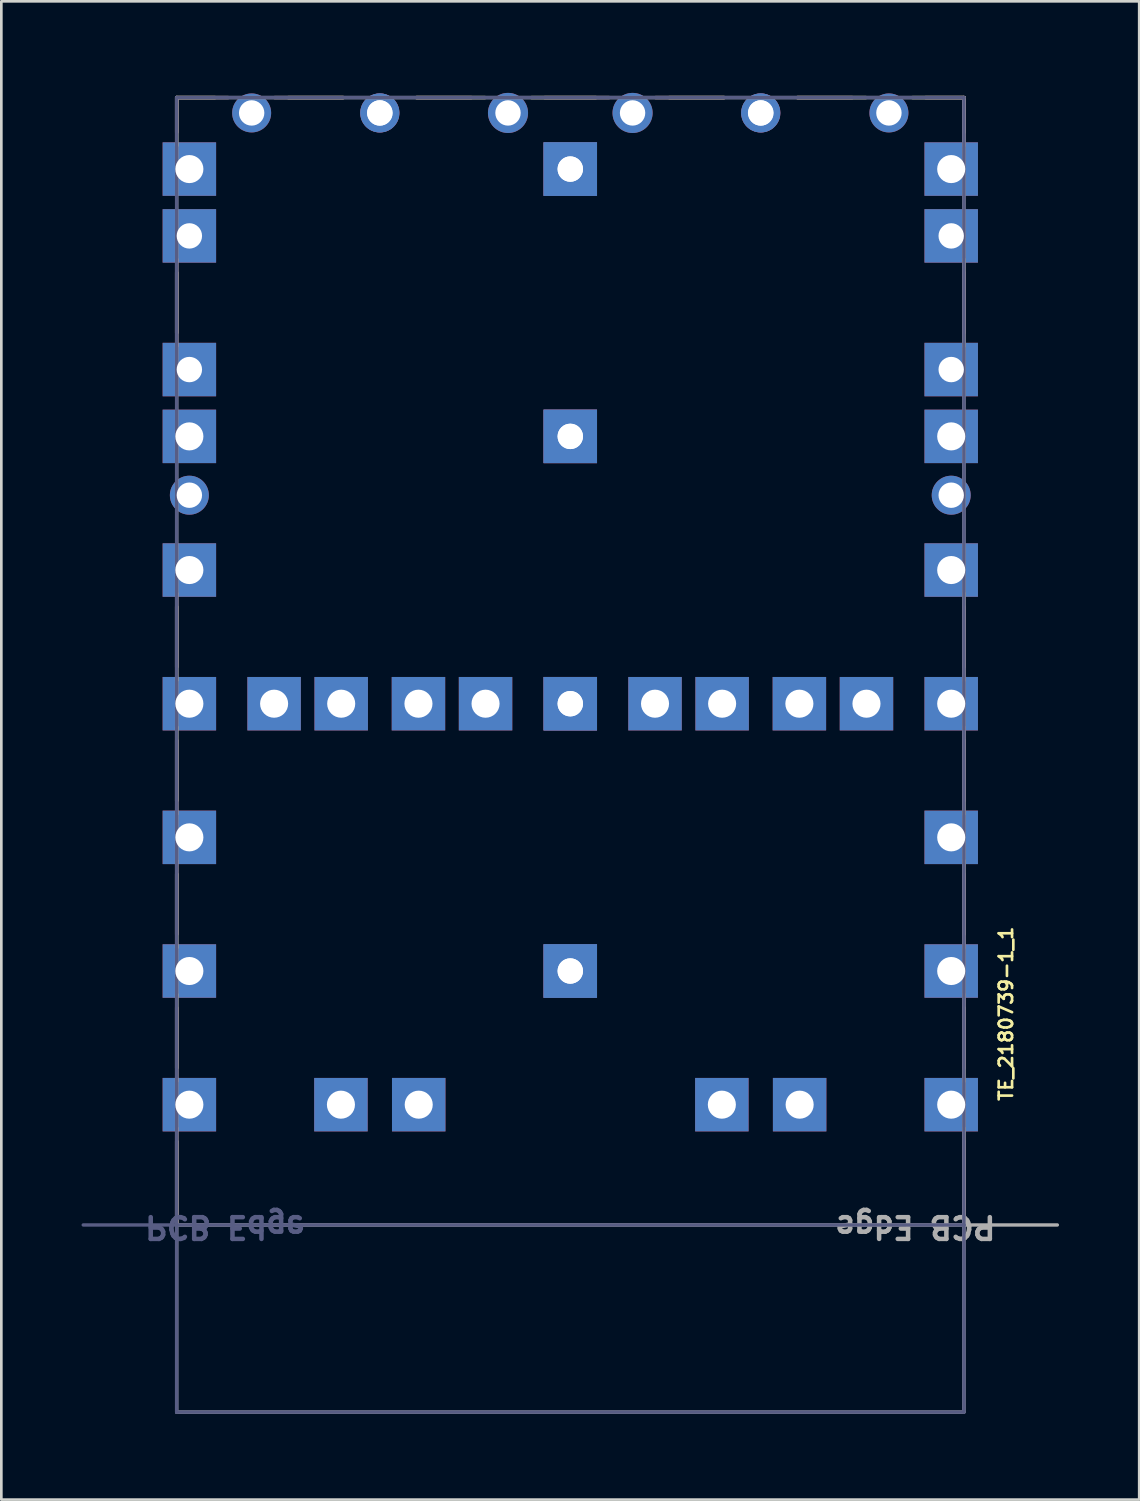
<source format=kicad_pcb>
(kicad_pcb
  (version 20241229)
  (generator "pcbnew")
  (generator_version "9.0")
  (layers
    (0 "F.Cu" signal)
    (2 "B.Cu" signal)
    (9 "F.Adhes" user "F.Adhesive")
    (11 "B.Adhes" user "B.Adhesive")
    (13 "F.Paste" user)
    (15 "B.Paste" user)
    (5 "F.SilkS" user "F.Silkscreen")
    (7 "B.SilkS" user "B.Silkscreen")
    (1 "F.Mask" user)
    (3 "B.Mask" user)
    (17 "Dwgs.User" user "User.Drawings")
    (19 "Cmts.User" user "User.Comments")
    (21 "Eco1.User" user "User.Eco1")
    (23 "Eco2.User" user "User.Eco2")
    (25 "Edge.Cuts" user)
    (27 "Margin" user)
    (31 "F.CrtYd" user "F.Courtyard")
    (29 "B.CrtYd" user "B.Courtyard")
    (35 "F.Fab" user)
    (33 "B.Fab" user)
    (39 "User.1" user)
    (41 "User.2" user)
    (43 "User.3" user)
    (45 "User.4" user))
  (footprint "TE_2180739-1_1"
    (layer "F.Cu")
    (at 18.284 7.375)
    (property "Reference" "TE_2180739-1_1" (at 16.3 27.5 90) (unlocked yes) (layer "F.SilkS") (effects (font (size 0.5 0.5) (thickness 0.1))))
    (fp_poly (pts (xy -1.1 13.8) (xy -13.15 13.8) (xy -13.15 11.8) (xy -1.1 11.8)) (stroke (width 0) (type default)) (fill yes) (layer "F.Mask"))
    (fp_poly (pts (xy 13.15 13.8) (xy 1.1 13.8) (xy 1.1 11.8) (xy 13.15 11.8)) (stroke (width 0) (type default)) (fill yes) (layer "F.Mask"))
    (fp_rect (start -13.15 11.8) (end -1.1 13.8) (stroke (width 0) (type default)) (fill yes) (layer "B.Mask"))
    (fp_rect (start 1.1 11.8) (end 13.15 13.8) (stroke (width 0) (type default)) (fill yes) (layer "B.Mask"))
    (fp_line (start -14.725 -6.775) (end -14.725 -4.97) (stroke (width 0.127) (type solid)) (layer "F.SilkS"))
    (fp_line (start -14.725 2.03) (end -14.725 -0.23) (stroke (width 0.127) (type solid)) (layer "F.SilkS"))
    (fp_line (start -14.725 15.03) (end -14.725 12.27) (stroke (width 0.127) (type solid)) (layer "F.SilkS"))
    (fp_line (start -14.725 16.77) (end -14.725 19.53) (stroke (width 0.127) (type solid)) (layer "F.SilkS"))
    (fp_line (start -14.725 25.03) (end -14.725 22.27) (stroke (width 0.127) (type solid)) (layer "F.SilkS"))
    (fp_line (start -14.725 26.77) (end -14.725 29.53) (stroke (width 0.127) (type solid)) (layer "F.SilkS"))
    (fp_line (start -14.725 35.4) (end -14.725 32.27) (stroke (width 0.127) (type solid)) (layer "F.SilkS"))
    (fp_line (start -13.29 -6.775) (end -14.725 -6.775) (stroke (width 0.127) (type solid)) (layer "F.SilkS"))
    (fp_line (start -8.49 -6.775) (end -10.55 -6.775) (stroke (width 0.127) (type solid)) (layer "F.SilkS"))
    (fp_line (start -3.19 -6.775) (end -5.75 -6.775) (stroke (width 0.127) (type solid)) (layer "F.SilkS"))
    (fp_line (start 0.96 -6.775) (end -1.45 -6.775) (stroke (width 0.127) (type solid)) (layer "F.SilkS"))
    (fp_line (start 5.76 -6.775) (end 3.7 -6.775) (stroke (width 0.127) (type solid)) (layer "F.SilkS"))
    (fp_line (start 11.06 -6.775) (end 8.5 -6.775) (stroke (width 0.127) (type solid)) (layer "F.SilkS"))
    (fp_line (start 14.725 -6.775) (end 12.8 -6.775) (stroke (width 0.127) (type solid)) (layer "F.SilkS"))
    (fp_line (start 14.725 -5.47) (end 14.725 -6.775) (stroke (width 0.127) (type solid)) (layer "F.SilkS"))
    (fp_line (start 14.725 2.53) (end 14.725 -0.73) (stroke (width 0.127) (type solid)) (layer "F.SilkS"))
    (fp_line (start 14.725 14.53) (end 14.725 11.77) (stroke (width 0.127) (type solid)) (layer "F.SilkS"))
    (fp_line (start 14.725 20.03) (end 14.725 17.27) (stroke (width 0.127) (type solid)) (layer "F.SilkS"))
    (fp_line (start 14.725 24.53) (end 14.725 21.77) (stroke (width 0.127) (type solid)) (layer "F.SilkS"))
    (fp_line (start 14.725 30.03) (end 14.725 27.27) (stroke (width 0.127) (type solid)) (layer "F.SilkS"))
    (fp_line (start 14.725 35.4) (end 14.725 31.77) (stroke (width 0.127) (type solid)) (layer "F.SilkS"))
    (fp_line (start -14.725 -6.775) (end -12.8 -6.775) (stroke (width 0.127) (type solid)) (layer "B.SilkS"))
    (fp_line (start -14.725 -5.47) (end -14.725 -6.775) (stroke (width 0.127) (type solid)) (layer "B.SilkS"))
    (fp_line (start -14.725 2.53) (end -14.725 -0.73) (stroke (width 0.127) (type solid)) (layer "B.SilkS"))
    (fp_line (start -14.725 14.53) (end -14.725 11.77) (stroke (width 0.127) (type solid)) (layer "B.SilkS"))
    (fp_line (start -14.725 20.03) (end -14.725 17.27) (stroke (width 0.127) (type solid)) (layer "B.SilkS"))
    (fp_line (start -14.725 24.53) (end -14.725 21.77) (stroke (width 0.127) (type solid)) (layer "B.SilkS"))
    (fp_line (start -14.725 30.03) (end -14.725 27.27) (stroke (width 0.127) (type solid)) (layer "B.SilkS"))
    (fp_line (start -14.725 35.4) (end -14.725 31.77) (stroke (width 0.127) (type solid)) (layer "B.SilkS"))
    (fp_line (start -11.06 -6.775) (end -8.5 -6.775) (stroke (width 0.127) (type solid)) (layer "B.SilkS"))
    (fp_line (start -5.76 -6.775) (end -3.7 -6.775) (stroke (width 0.127) (type solid)) (layer "B.SilkS"))
    (fp_line (start -0.96 -6.775) (end 1.45 -6.775) (stroke (width 0.127) (type solid)) (layer "B.SilkS"))
    (fp_line (start 3.19 -6.775) (end 5.75 -6.775) (stroke (width 0.127) (type solid)) (layer "B.SilkS"))
    (fp_line (start 8.49 -6.775) (end 10.55 -6.775) (stroke (width 0.127) (type solid)) (layer "B.SilkS"))
    (fp_line (start 13.29 -6.775) (end 14.725 -6.775) (stroke (width 0.127) (type solid)) (layer "B.SilkS"))
    (fp_line (start 14.725 -6.775) (end 14.725 -4.97) (stroke (width 0.127) (type solid)) (layer "B.SilkS"))
    (fp_line (start 14.725 2.03) (end 14.725 -0.23) (stroke (width 0.127) (type solid)) (layer "B.SilkS"))
    (fp_line (start 14.725 15.03) (end 14.725 12.27) (stroke (width 0.127) (type solid)) (layer "B.SilkS"))
    (fp_line (start 14.725 16.77) (end 14.725 19.53) (stroke (width 0.127) (type solid)) (layer "B.SilkS"))
    (fp_line (start 14.725 25.03) (end 14.725 22.27) (stroke (width 0.127) (type solid)) (layer "B.SilkS"))
    (fp_line (start 14.725 26.77) (end 14.725 29.53) (stroke (width 0.127) (type solid)) (layer "B.SilkS"))
    (fp_line (start 14.725 35.4) (end 14.725 32.27) (stroke (width 0.127) (type solid)) (layer "B.SilkS"))
    (fp_line (start -15.55 -7.35) (end -15.55 42.65) (stroke (width 0.05) (type solid)) (layer "Eco1.User"))
    (fp_line (start -15.55 -7.35) (end 15.55 -7.35) (stroke (width 0.05) (type solid)) (layer "Eco1.User"))
    (fp_line (start -15.55 42.65) (end -15.55 -7.35) (stroke (width 0.05) (type solid)) (layer "Eco1.User"))
    (fp_line (start -15.55 42.65) (end 15.55 42.65) (stroke (width 0.05) (type solid)) (layer "Eco1.User"))
    (fp_line (start -11.18 3.1) (end -10.68 3.1) (stroke (width 0.01) (type solid)) (layer "Eco1.User"))
    (fp_line (start -11.18 3.1) (end -10.68 3.1) (stroke (width 0.01) (type solid)) (layer "Eco1.User"))
    (fp_line (start -11.18 3.1) (end -10.68 5.1) (stroke (width 0.01) (type solid)) (layer "Eco1.User"))
    (fp_line (start -11.18 4.1) (end -10.68 4.1) (stroke (width 0.01) (type solid)) (layer "Eco1.User"))
    (fp_line (start -11.18 5.1) (end -11.18 3.1) (stroke (width 0.01) (type solid)) (layer "Eco1.User"))
    (fp_line (start -11.18 5.1) (end -11.18 3.1) (stroke (width 0.01) (type solid)) (layer "Eco1.User"))
    (fp_line (start -11.18 5.1) (end -10.68 3.1) (stroke (width 0.01) (type solid)) (layer "Eco1.User"))
    (fp_line (start -11.18 5.1) (end -10.68 5.1) (stroke (width 0.01) (type solid)) (layer "Eco1.User"))
    (fp_line (start -11.17 -3.1) (end -11.17 -5.1) (stroke (width 0.01) (type solid)) (layer "Eco1.User"))
    (fp_line (start -10.93 4.1) (end -10.93 3.1) (stroke (width 0.01) (type solid)) (layer "Eco1.User"))
    (fp_line (start -10.93 5.1) (end -10.93 4.1) (stroke (width 0.01) (type solid)) (layer "Eco1.User"))
    (fp_line (start -10.92 -4.1) (end -10.92 -5.1) (stroke (width 0.01) (type solid)) (layer "Eco1.User"))
    (fp_line (start -10.92 -3.1) (end -10.92 -4.1) (stroke (width 0.01) (type solid)) (layer "Eco1.User"))
    (fp_line (start -10.78 -5.1) (end -10.28 -5.1) (stroke (width 0.01) (type solid)) (layer "Eco1.User"))
    (fp_line (start -10.78 -5.1) (end -10.28 -5.1) (stroke (width 0.01) (type solid)) (layer "Eco1.User"))
    (fp_line (start -10.78 -5.1) (end -10.28 -3.1) (stroke (width 0.01) (type solid)) (layer "Eco1.User"))
    (fp_line (start -10.78 -4.1) (end -10.28 -4.1) (stroke (width 0.01) (type solid)) (layer "Eco1.User"))
    (fp_line (start -10.78 -3.1) (end -10.78 -5.1) (stroke (width 0.01) (type solid)) (layer "Eco1.User"))
    (fp_line (start -10.78 -3.1) (end -10.78 -5.1) (stroke (width 0.01) (type solid)) (layer "Eco1.User"))
    (fp_line (start -10.78 -3.1) (end -10.28 -5.1) (stroke (width 0.01) (type solid)) (layer "Eco1.User"))
    (fp_line (start -10.78 -3.1) (end -10.28 -3.1) (stroke (width 0.01) (type solid)) (layer "Eco1.User"))
    (fp_line (start -10.77 5.1) (end -10.77 3.1) (stroke (width 0.01) (type solid)) (layer "Eco1.User"))
    (fp_line (start -10.68 5.1) (end -10.68 3.1) (stroke (width 0.01) (type solid)) (layer "Eco1.User"))
    (fp_line (start -10.67 -5.1) (end -11.17 -5.1) (stroke (width 0.01) (type solid)) (layer "Eco1.User"))
    (fp_line (start -10.67 -5.1) (end -11.17 -5.1) (stroke (width 0.01) (type solid)) (layer "Eco1.User"))
    (fp_line (start -10.67 -5.1) (end -11.17 -3.1) (stroke (width 0.01) (type solid)) (layer "Eco1.User"))
    (fp_line (start -10.67 -4.1) (end -11.17 -4.1) (stroke (width 0.01) (type solid)) (layer "Eco1.User"))
    (fp_line (start -10.67 -3.1) (end -11.17 -5.1) (stroke (width 0.01) (type solid)) (layer "Eco1.User"))
    (fp_line (start -10.67 -3.1) (end -11.17 -3.1) (stroke (width 0.01) (type solid)) (layer "Eco1.User"))
    (fp_line (start -10.67 -3.1) (end -10.67 -5.1) (stroke (width 0.01) (type solid)) (layer "Eco1.User"))
    (fp_line (start -10.67 -3.1) (end -10.67 -5.1) (stroke (width 0.01) (type solid)) (layer "Eco1.User"))
    (fp_line (start -10.53 -4.1) (end -10.53 -5.1) (stroke (width 0.01) (type solid)) (layer "Eco1.User"))
    (fp_line (start -10.53 -3.1) (end -10.53 -4.1) (stroke (width 0.01) (type solid)) (layer "Eco1.User"))
    (fp_line (start -10.52 4.1) (end -10.52 3.1) (stroke (width 0.01) (type solid)) (layer "Eco1.User"))
    (fp_line (start -10.52 5.1) (end -10.52 4.1) (stroke (width 0.01) (type solid)) (layer "Eco1.User"))
    (fp_line (start -10.38 3.1) (end -10.38 5.1) (stroke (width 0.01) (type solid)) (layer "Eco1.User"))
    (fp_line (start -10.38 3.1) (end -10.38 5.1) (stroke (width 0.01) (type solid)) (layer "Eco1.User"))
    (fp_line (start -10.38 3.1) (end -9.88 3.1) (stroke (width 0.01) (type solid)) (layer "Eco1.User"))
    (fp_line (start -10.38 3.1) (end -9.88 3.1) (stroke (width 0.01) (type solid)) (layer "Eco1.User"))
    (fp_line (start -10.38 3.1) (end -9.88 5.1) (stroke (width 0.01) (type solid)) (layer "Eco1.User"))
    (fp_line (start -10.38 4.1) (end -9.88 4.1) (stroke (width 0.01) (type solid)) (layer "Eco1.User"))
    (fp_line (start -10.38 5.1) (end -9.88 3.1) (stroke (width 0.01) (type solid)) (layer "Eco1.User"))
    (fp_line (start -10.38 5.1) (end -9.88 5.1) (stroke (width 0.01) (type solid)) (layer "Eco1.User"))
    (fp_line (start -10.37 -3.1) (end -10.37 -5.1) (stroke (width 0.01) (type solid)) (layer "Eco1.User"))
    (fp_line (start -10.28 -3.1) (end -10.28 -5.1) (stroke (width 0.01) (type solid)) (layer "Eco1.User"))
    (fp_line (start -10.27 3.1) (end -10.77 3.1) (stroke (width 0.01) (type solid)) (layer "Eco1.User"))
    (fp_line (start -10.27 3.1) (end -10.77 3.1) (stroke (width 0.01) (type solid)) (layer "Eco1.User"))
    (fp_line (start -10.27 3.1) (end -10.77 5.1) (stroke (width 0.01) (type solid)) (layer "Eco1.User"))
    (fp_line (start -10.27 4.1) (end -10.77 4.1) (stroke (width 0.01) (type solid)) (layer "Eco1.User"))
    (fp_line (start -10.27 5.1) (end -10.77 3.1) (stroke (width 0.01) (type solid)) (layer "Eco1.User"))
    (fp_line (start -10.27 5.1) (end -10.77 5.1) (stroke (width 0.01) (type solid)) (layer "Eco1.User"))
    (fp_line (start -10.27 5.1) (end -10.27 3.1) (stroke (width 0.01) (type solid)) (layer "Eco1.User"))
    (fp_line (start -10.27 5.1) (end -10.27 3.1) (stroke (width 0.01) (type solid)) (layer "Eco1.User"))
    (fp_line (start -10.13 4.1) (end -10.13 3.1) (stroke (width 0.01) (type solid)) (layer "Eco1.User"))
    (fp_line (start -10.13 5.1) (end -10.13 4.1) (stroke (width 0.01) (type solid)) (layer "Eco1.User"))
    (fp_line (start -10.12 -4.1) (end -10.12 -5.1) (stroke (width 0.01) (type solid)) (layer "Eco1.User"))
    (fp_line (start -10.12 -3.1) (end -10.12 -4.1) (stroke (width 0.01) (type solid)) (layer "Eco1.User"))
    (fp_line (start -9.98 -5.1) (end -9.48 -5.1) (stroke (width 0.01) (type solid)) (layer "Eco1.User"))
    (fp_line (start -9.98 -5.1) (end -9.48 -5.1) (stroke (width 0.01) (type solid)) (layer "Eco1.User"))
    (fp_line (start -9.98 -5.1) (end -9.48 -3.1) (stroke (width 0.01) (type solid)) (layer "Eco1.User"))
    (fp_line (start -9.98 -4.1) (end -9.48 -4.1) (stroke (width 0.01) (type solid)) (layer "Eco1.User"))
    (fp_line (start -9.98 -3.1) (end -9.98 -5.1) (stroke (width 0.01) (type solid)) (layer "Eco1.User"))
    (fp_line (start -9.98 -3.1) (end -9.98 -5.1) (stroke (width 0.01) (type solid)) (layer "Eco1.User"))
    (fp_line (start -9.98 -3.1) (end -9.48 -5.1) (stroke (width 0.01) (type solid)) (layer "Eco1.User"))
    (fp_line (start -9.98 -3.1) (end -9.48 -3.1) (stroke (width 0.01) (type solid)) (layer "Eco1.User"))
    (fp_line (start -9.97 5.1) (end -9.97 3.1) (stroke (width 0.01) (type solid)) (layer "Eco1.User"))
    (fp_line (start -9.88 5.1) (end -9.88 3.1) (stroke (width 0.01) (type solid)) (layer "Eco1.User"))
    (fp_line (start -9.87 -5.1) (end -10.37 -5.1) (stroke (width 0.01) (type solid)) (layer "Eco1.User"))
    (fp_line (start -9.87 -5.1) (end -10.37 -5.1) (stroke (width 0.01) (type solid)) (layer "Eco1.User"))
    (fp_line (start -9.87 -5.1) (end -10.37 -3.1) (stroke (width 0.01) (type solid)) (layer "Eco1.User"))
    (fp_line (start -9.87 -4.1) (end -10.37 -4.1) (stroke (width 0.01) (type solid)) (layer "Eco1.User"))
    (fp_line (start -9.87 -3.1) (end -10.37 -5.1) (stroke (width 0.01) (type solid)) (layer "Eco1.User"))
    (fp_line (start -9.87 -3.1) (end -10.37 -3.1) (stroke (width 0.01) (type solid)) (layer "Eco1.User"))
    (fp_line (start -9.87 -3.1) (end -9.87 -5.1) (stroke (width 0.01) (type solid)) (layer "Eco1.User"))
    (fp_line (start -9.87 -3.1) (end -9.87 -5.1) (stroke (width 0.01) (type solid)) (layer "Eco1.User"))
    (fp_line (start -9.73 -4.1) (end -9.73 -5.1) (stroke (width 0.01) (type solid)) (layer "Eco1.User"))
    (fp_line (start -9.73 -3.1) (end -9.73 -4.1) (stroke (width 0.01) (type solid)) (layer "Eco1.User"))
    (fp_line (start -9.72 4.1) (end -9.72 3.1) (stroke (width 0.01) (type solid)) (layer "Eco1.User"))
    (fp_line (start -9.72 5.1) (end -9.72 4.1) (stroke (width 0.01) (type solid)) (layer "Eco1.User"))
    (fp_line (start -9.58 3.1) (end -9.08 3.1) (stroke (width 0.01) (type solid)) (layer "Eco1.User"))
    (fp_line (start -9.58 3.1) (end -9.08 3.1) (stroke (width 0.01) (type solid)) (layer "Eco1.User"))
    (fp_line (start -9.58 3.1) (end -9.08 5.1) (stroke (width 0.01) (type solid)) (layer "Eco1.User"))
    (fp_line (start -9.58 4.1) (end -9.08 4.1) (stroke (width 0.01) (type solid)) (layer "Eco1.User"))
    (fp_line (start -9.58 5.1) (end -9.58 3.1) (stroke (width 0.01) (type solid)) (layer "Eco1.User"))
    (fp_line (start -9.58 5.1) (end -9.58 3.1) (stroke (width 0.01) (type solid)) (layer "Eco1.User"))
    (fp_line (start -9.58 5.1) (end -9.08 3.1) (stroke (width 0.01) (type solid)) (layer "Eco1.User"))
    (fp_line (start -9.58 5.1) (end -9.08 5.1) (stroke (width 0.01) (type solid)) (layer "Eco1.User"))
    (fp_line (start -9.57 -3.1) (end -9.57 -5.1) (stroke (width 0.01) (type solid)) (layer "Eco1.User"))
    (fp_line (start -9.48 -3.1) (end -9.48 -5.1) (stroke (width 0.01) (type solid)) (layer "Eco1.User"))
    (fp_line (start -9.47 3.1) (end -9.97 3.1) (stroke (width 0.01) (type solid)) (layer "Eco1.User"))
    (fp_line (start -9.47 3.1) (end -9.97 3.1) (stroke (width 0.01) (type solid)) (layer "Eco1.User"))
    (fp_line (start -9.47 3.1) (end -9.97 5.1) (stroke (width 0.01) (type solid)) (layer "Eco1.User"))
    (fp_line (start -9.47 4.1) (end -9.97 4.1) (stroke (width 0.01) (type solid)) (layer "Eco1.User"))
    (fp_line (start -9.47 5.1) (end -9.97 3.1) (stroke (width 0.01) (type solid)) (layer "Eco1.User"))
    (fp_line (start -9.47 5.1) (end -9.97 5.1) (stroke (width 0.01) (type solid)) (layer "Eco1.User"))
    (fp_line (start -9.47 5.1) (end -9.47 3.1) (stroke (width 0.01) (type solid)) (layer "Eco1.User"))
    (fp_line (start -9.47 5.1) (end -9.47 3.1) (stroke (width 0.01) (type solid)) (layer "Eco1.User"))
    (fp_line (start -9.33 3.1) (end -9.33 4.1) (stroke (width 0.01) (type solid)) (layer "Eco1.User"))
    (fp_line (start -9.33 5.1) (end -9.33 4.1) (stroke (width 0.01) (type solid)) (layer "Eco1.User"))
    (fp_line (start -9.32 -4.1) (end -9.32 -5.1) (stroke (width 0.01) (type solid)) (layer "Eco1.User"))
    (fp_line (start -9.32 -3.1) (end -9.32 -4.1) (stroke (width 0.01) (type solid)) (layer "Eco1.User"))
    (fp_line (start -9.18 -5.1) (end -9.18 -3.1) (stroke (width 0.01) (type solid)) (layer "Eco1.User"))
    (fp_line (start -9.18 -5.1) (end -9.18 -3.1) (stroke (width 0.01) (type solid)) (layer "Eco1.User"))
    (fp_line (start -9.18 -5.1) (end -8.68 -5.1) (stroke (width 0.01) (type solid)) (layer "Eco1.User"))
    (fp_line (start -9.18 -5.1) (end -8.68 -5.1) (stroke (width 0.01) (type solid)) (layer "Eco1.User"))
    (fp_line (start -9.18 -5.1) (end -8.68 -3.1) (stroke (width 0.01) (type solid)) (layer "Eco1.User"))
    (fp_line (start -9.18 -4.1) (end -8.68 -4.1) (stroke (width 0.01) (type solid)) (layer "Eco1.User"))
    (fp_line (start -9.18 -3.1) (end -8.68 -5.1) (stroke (width 0.01) (type solid)) (layer "Eco1.User"))
    (fp_line (start -9.18 -3.1) (end -8.68 -3.1) (stroke (width 0.01) (type solid)) (layer "Eco1.User"))
    (fp_line (start -9.17 5.1) (end -9.17 3.1) (stroke (width 0.01) (type solid)) (layer "Eco1.User"))
    (fp_line (start -9.08 3.1) (end -9.08 5.1) (stroke (width 0.01) (type solid)) (layer "Eco1.User"))
    (fp_line (start -9.07 -5.1) (end -9.57 -5.1) (stroke (width 0.01) (type solid)) (layer "Eco1.User"))
    (fp_line (start -9.07 -5.1) (end -9.57 -5.1) (stroke (width 0.01) (type solid)) (layer "Eco1.User"))
    (fp_line (start -9.07 -5.1) (end -9.57 -3.1) (stroke (width 0.01) (type solid)) (layer "Eco1.User"))
    (fp_line (start -9.07 -4.1) (end -9.57 -4.1) (stroke (width 0.01) (type solid)) (layer "Eco1.User"))
    (fp_line (start -9.07 -3.1) (end -9.57 -5.1) (stroke (width 0.01) (type solid)) (layer "Eco1.User"))
    (fp_line (start -9.07 -3.1) (end -9.57 -3.1) (stroke (width 0.01) (type solid)) (layer "Eco1.User"))
    (fp_line (start -9.07 -3.1) (end -9.07 -5.1) (stroke (width 0.01) (type solid)) (layer "Eco1.User"))
    (fp_line (start -9.07 -3.1) (end -9.07 -5.1) (stroke (width 0.01) (type solid)) (layer "Eco1.User"))
    (fp_line (start -8.93 -4.1) (end -8.93 -5.1) (stroke (width 0.01) (type solid)) (layer "Eco1.User"))
    (fp_line (start -8.93 -4.1) (end -8.93 -3.1) (stroke (width 0.01) (type solid)) (layer "Eco1.User"))
    (fp_line (start -8.92 4.1) (end -8.92 3.1) (stroke (width 0.01) (type solid)) (layer "Eco1.User"))
    (fp_line (start -8.92 4.1) (end -8.92 5.1) (stroke (width 0.01) (type solid)) (layer "Eco1.User"))
    (fp_line (start -8.78 3.1) (end -8.28 3.1) (stroke (width 0.01) (type solid)) (layer "Eco1.User"))
    (fp_line (start -8.78 3.1) (end -8.28 3.1) (stroke (width 0.01) (type solid)) (layer "Eco1.User"))
    (fp_line (start -8.78 3.1) (end -8.28 5.1) (stroke (width 0.01) (type solid)) (layer "Eco1.User"))
    (fp_line (start -8.78 4.1) (end -8.28 4.1) (stroke (width 0.01) (type solid)) (layer "Eco1.User"))
    (fp_line (start -8.78 5.1) (end -8.78 3.1) (stroke (width 0.01) (type solid)) (layer "Eco1.User"))
    (fp_line (start -8.78 5.1) (end -8.78 3.1) (stroke (width 0.01) (type solid)) (layer "Eco1.User"))
    (fp_line (start -8.78 5.1) (end -8.28 3.1) (stroke (width 0.01) (type solid)) (layer "Eco1.User"))
    (fp_line (start -8.78 5.1) (end -8.28 5.1) (stroke (width 0.01) (type solid)) (layer "Eco1.User"))
    (fp_line (start -8.77 -3.1) (end -8.77 -5.1) (stroke (width 0.01) (type solid)) (layer "Eco1.User"))
    (fp_line (start -8.68 -5.1) (end -8.68 -3.1) (stroke (width 0.01) (type solid)) (layer "Eco1.User"))
    (fp_line (start -8.67 3.1) (end -9.17 3.1) (stroke (width 0.01) (type solid)) (layer "Eco1.User"))
    (fp_line (start -8.67 3.1) (end -9.17 3.1) (stroke (width 0.01) (type solid)) (layer "Eco1.User"))
    (fp_line (start -8.67 3.1) (end -9.17 5.1) (stroke (width 0.01) (type solid)) (layer "Eco1.User"))
    (fp_line (start -8.67 4.1) (end -9.17 4.1) (stroke (width 0.01) (type solid)) (layer "Eco1.User"))
    (fp_line (start -8.67 5.1) (end -9.17 3.1) (stroke (width 0.01) (type solid)) (layer "Eco1.User"))
    (fp_line (start -8.67 5.1) (end -9.17 5.1) (stroke (width 0.01) (type solid)) (layer "Eco1.User"))
    (fp_line (start -8.67 5.1) (end -8.67 3.1) (stroke (width 0.01) (type solid)) (layer "Eco1.User"))
    (fp_line (start -8.67 5.1) (end -8.67 3.1) (stroke (width 0.01) (type solid)) (layer "Eco1.User"))
    (fp_line (start -8.53 4.1) (end -8.53 3.1) (stroke (width 0.01) (type solid)) (layer "Eco1.User"))
    (fp_line (start -8.53 5.1) (end -8.53 4.1) (stroke (width 0.01) (type solid)) (layer "Eco1.User"))
    (fp_line (start -8.52 -4.1) (end -8.52 -5.1) (stroke (width 0.01) (type solid)) (layer "Eco1.User"))
    (fp_line (start -8.52 -3.1) (end -8.52 -4.1) (stroke (width 0.01) (type solid)) (layer "Eco1.User"))
    (fp_line (start -8.38 -5.1) (end -7.88 -5.1) (stroke (width 0.01) (type solid)) (layer "Eco1.User"))
    (fp_line (start -8.38 -5.1) (end -7.88 -5.1) (stroke (width 0.01) (type solid)) (layer "Eco1.User"))
    (fp_line (start -8.38 -5.1) (end -7.88 -3.1) (stroke (width 0.01) (type solid)) (layer "Eco1.User"))
    (fp_line (start -8.38 -4.1) (end -7.88 -4.1) (stroke (width 0.01) (type solid)) (layer "Eco1.User"))
    (fp_line (start -8.38 -3.1) (end -8.38 -5.1) (stroke (width 0.01) (type solid)) (layer "Eco1.User"))
    (fp_line (start -8.38 -3.1) (end -8.38 -5.1) (stroke (width 0.01) (type solid)) (layer "Eco1.User"))
    (fp_line (start -8.38 -3.1) (end -7.88 -5.1) (stroke (width 0.01) (type solid)) (layer "Eco1.User"))
    (fp_line (start -8.38 -3.1) (end -7.88 -3.1) (stroke (width 0.01) (type solid)) (layer "Eco1.User"))
    (fp_line (start -8.37 3.1) (end -8.37 5.1) (stroke (width 0.01) (type solid)) (layer "Eco1.User"))
    (fp_line (start -8.28 5.1) (end -8.28 3.1) (stroke (width 0.01) (type solid)) (layer "Eco1.User"))
    (fp_line (start -8.27 -5.1) (end -8.77 -5.1) (stroke (width 0.01) (type solid)) (layer "Eco1.User"))
    (fp_line (start -8.27 -5.1) (end -8.77 -5.1) (stroke (width 0.01) (type solid)) (layer "Eco1.User"))
    (fp_line (start -8.27 -5.1) (end -8.77 -3.1) (stroke (width 0.01) (type solid)) (layer "Eco1.User"))
    (fp_line (start -8.27 -4.1) (end -8.77 -4.1) (stroke (width 0.01) (type solid)) (layer "Eco1.User"))
    (fp_line (start -8.27 -3.1) (end -8.77 -5.1) (stroke (width 0.01) (type solid)) (layer "Eco1.User"))
    (fp_line (start -8.27 -3.1) (end -8.77 -3.1) (stroke (width 0.01) (type solid)) (layer "Eco1.User"))
    (fp_line (start -8.27 -3.1) (end -8.27 -5.1) (stroke (width 0.01) (type solid)) (layer "Eco1.User"))
    (fp_line (start -8.27 -3.1) (end -8.27 -5.1) (stroke (width 0.01) (type solid)) (layer "Eco1.User"))
    (fp_line (start -8.13 -4.1) (end -8.13 -5.1) (stroke (width 0.01) (type solid)) (layer "Eco1.User"))
    (fp_line (start -8.13 -4.1) (end -8.13 -3.1) (stroke (width 0.01) (type solid)) (layer "Eco1.User"))
    (fp_line (start -8.12 3.1) (end -8.12 4.1) (stroke (width 0.01) (type solid)) (layer "Eco1.User"))
    (fp_line (start -8.12 5.1) (end -8.12 4.1) (stroke (width 0.01) (type solid)) (layer "Eco1.User"))
    (fp_line (start -7.98 3.1) (end -7.48 3.1) (stroke (width 0.01) (type solid)) (layer "Eco1.User"))
    (fp_line (start -7.98 3.1) (end -7.48 3.1) (stroke (width 0.01) (type solid)) (layer "Eco1.User"))
    (fp_line (start -7.98 3.1) (end -7.48 5.1) (stroke (width 0.01) (type solid)) (layer "Eco1.User"))
    (fp_line (start -7.98 4.1) (end -7.48 4.1) (stroke (width 0.01) (type solid)) (layer "Eco1.User"))
    (fp_line (start -7.98 5.1) (end -7.98 3.1) (stroke (width 0.01) (type solid)) (layer "Eco1.User"))
    (fp_line (start -7.98 5.1) (end -7.98 3.1) (stroke (width 0.01) (type solid)) (layer "Eco1.User"))
    (fp_line (start -7.98 5.1) (end -7.48 3.1) (stroke (width 0.01) (type solid)) (layer "Eco1.User"))
    (fp_line (start -7.98 5.1) (end -7.48 5.1) (stroke (width 0.01) (type solid)) (layer "Eco1.User"))
    (fp_line (start -7.97 -3.1) (end -7.97 -5.1) (stroke (width 0.01) (type solid)) (layer "Eco1.User"))
    (fp_line (start -7.88 -5.1) (end -7.88 -3.1) (stroke (width 0.01) (type solid)) (layer "Eco1.User"))
    (fp_line (start -7.87 3.1) (end -8.37 3.1) (stroke (width 0.01) (type solid)) (layer "Eco1.User"))
    (fp_line (start -7.87 3.1) (end -8.37 3.1) (stroke (width 0.01) (type solid)) (layer "Eco1.User"))
    (fp_line (start -7.87 3.1) (end -8.37 5.1) (stroke (width 0.01) (type solid)) (layer "Eco1.User"))
    (fp_line (start -7.87 4.1) (end -8.37 4.1) (stroke (width 0.01) (type solid)) (layer "Eco1.User"))
    (fp_line (start -7.87 5.1) (end -8.37 3.1) (stroke (width 0.01) (type solid)) (layer "Eco1.User"))
    (fp_line (start -7.87 5.1) (end -8.37 5.1) (stroke (width 0.01) (type solid)) (layer "Eco1.User"))
    (fp_line (start -7.87 5.1) (end -7.87 3.1) (stroke (width 0.01) (type solid)) (layer "Eco1.User"))
    (fp_line (start -7.87 5.1) (end -7.87 3.1) (stroke (width 0.01) (type solid)) (layer "Eco1.User"))
    (fp_line (start -7.73 4.1) (end -7.73 3.1) (stroke (width 0.01) (type solid)) (layer "Eco1.User"))
    (fp_line (start -7.73 5.1) (end -7.73 4.1) (stroke (width 0.01) (type solid)) (layer "Eco1.User"))
    (fp_line (start -7.72 -4.1) (end -7.72 -5.1) (stroke (width 0.01) (type solid)) (layer "Eco1.User"))
    (fp_line (start -7.72 -3.1) (end -7.72 -4.1) (stroke (width 0.01) (type solid)) (layer "Eco1.User"))
    (fp_line (start -7.58 -5.1) (end -7.08 -5.1) (stroke (width 0.01) (type solid)) (layer "Eco1.User"))
    (fp_line (start -7.58 -5.1) (end -7.08 -5.1) (stroke (width 0.01) (type solid)) (layer "Eco1.User"))
    (fp_line (start -7.58 -5.1) (end -7.08 -3.1) (stroke (width 0.01) (type solid)) (layer "Eco1.User"))
    (fp_line (start -7.58 -4.1) (end -7.08 -4.1) (stroke (width 0.01) (type solid)) (layer "Eco1.User"))
    (fp_line (start -7.58 -3.1) (end -7.58 -5.1) (stroke (width 0.01) (type solid)) (layer "Eco1.User"))
    (fp_line (start -7.58 -3.1) (end -7.58 -5.1) (stroke (width 0.01) (type solid)) (layer "Eco1.User"))
    (fp_line (start -7.58 -3.1) (end -7.08 -5.1) (stroke (width 0.01) (type solid)) (layer "Eco1.User"))
    (fp_line (start -7.58 -3.1) (end -7.08 -3.1) (stroke (width 0.01) (type solid)) (layer "Eco1.User"))
    (fp_line (start -7.57 5.1) (end -7.57 3.1) (stroke (width 0.01) (type solid)) (layer "Eco1.User"))
    (fp_line (start -7.48 5.1) (end -7.48 3.1) (stroke (width 0.01) (type solid)) (layer "Eco1.User"))
    (fp_line (start -7.47 -5.1) (end -7.97 -5.1) (stroke (width 0.01) (type solid)) (layer "Eco1.User"))
    (fp_line (start -7.47 -5.1) (end -7.97 -5.1) (stroke (width 0.01) (type solid)) (layer "Eco1.User"))
    (fp_line (start -7.47 -5.1) (end -7.97 -3.1) (stroke (width 0.01) (type solid)) (layer "Eco1.User"))
    (fp_line (start -7.47 -4.1) (end -7.97 -4.1) (stroke (width 0.01) (type solid)) (layer "Eco1.User"))
    (fp_line (start -7.47 -3.1) (end -7.97 -5.1) (stroke (width 0.01) (type solid)) (layer "Eco1.User"))
    (fp_line (start -7.47 -3.1) (end -7.97 -3.1) (stroke (width 0.01) (type solid)) (layer "Eco1.User"))
    (fp_line (start -7.47 -3.1) (end -7.47 -5.1) (stroke (width 0.01) (type solid)) (layer "Eco1.User"))
    (fp_line (start -7.47 -3.1) (end -7.47 -5.1) (stroke (width 0.01) (type solid)) (layer "Eco1.User"))
    (fp_line (start -7.33 -4.1) (end -7.33 -5.1) (stroke (width 0.01) (type solid)) (layer "Eco1.User"))
    (fp_line (start -7.33 -3.1) (end -7.33 -4.1) (stroke (width 0.01) (type solid)) (layer "Eco1.User"))
    (fp_line (start -7.32 4.1) (end -7.32 3.1) (stroke (width 0.01) (type solid)) (layer "Eco1.User"))
    (fp_line (start -7.32 5.1) (end -7.32 4.1) (stroke (width 0.01) (type solid)) (layer "Eco1.User"))
    (fp_line (start -7.18 3.1) (end -6.68 3.1) (stroke (width 0.01) (type solid)) (layer "Eco1.User"))
    (fp_line (start -7.18 3.1) (end -6.68 3.1) (stroke (width 0.01) (type solid)) (layer "Eco1.User"))
    (fp_line (start -7.18 3.1) (end -6.68 5.1) (stroke (width 0.01) (type solid)) (layer "Eco1.User"))
    (fp_line (start -7.18 4.1) (end -6.68 4.1) (stroke (width 0.01) (type solid)) (layer "Eco1.User"))
    (fp_line (start -7.18 5.1) (end -7.18 3.1) (stroke (width 0.01) (type solid)) (layer "Eco1.User"))
    (fp_line (start -7.18 5.1) (end -7.18 3.1) (stroke (width 0.01) (type solid)) (layer "Eco1.User"))
    (fp_line (start -7.18 5.1) (end -6.68 3.1) (stroke (width 0.01) (type solid)) (layer "Eco1.User"))
    (fp_line (start -7.18 5.1) (end -6.68 5.1) (stroke (width 0.01) (type solid)) (layer "Eco1.User"))
    (fp_line (start -7.17 -3.1) (end -7.17 -5.1) (stroke (width 0.01) (type solid)) (layer "Eco1.User"))
    (fp_line (start -7.08 -3.1) (end -7.08 -5.1) (stroke (width 0.01) (type solid)) (layer "Eco1.User"))
    (fp_line (start -7.07 3.1) (end -7.57 3.1) (stroke (width 0.01) (type solid)) (layer "Eco1.User"))
    (fp_line (start -7.07 3.1) (end -7.57 3.1) (stroke (width 0.01) (type solid)) (layer "Eco1.User"))
    (fp_line (start -7.07 3.1) (end -7.57 5.1) (stroke (width 0.01) (type solid)) (layer "Eco1.User"))
    (fp_line (start -7.07 4.1) (end -7.57 4.1) (stroke (width 0.01) (type solid)) (layer "Eco1.User"))
    (fp_line (start -7.07 5.1) (end -7.57 3.1) (stroke (width 0.01) (type solid)) (layer "Eco1.User"))
    (fp_line (start -7.07 5.1) (end -7.57 5.1) (stroke (width 0.01) (type solid)) (layer "Eco1.User"))
    (fp_line (start -7.07 5.1) (end -7.07 3.1) (stroke (width 0.01) (type solid)) (layer "Eco1.User"))
    (fp_line (start -7.07 5.1) (end -7.07 3.1) (stroke (width 0.01) (type solid)) (layer "Eco1.User"))
    (fp_line (start -6.93 4.1) (end -6.93 3.1) (stroke (width 0.01) (type solid)) (layer "Eco1.User"))
    (fp_line (start -6.93 5.1) (end -6.93 4.1) (stroke (width 0.01) (type solid)) (layer "Eco1.User"))
    (fp_line (start -6.92 -4.1) (end -6.92 -5.1) (stroke (width 0.01) (type solid)) (layer "Eco1.User"))
    (fp_line (start -6.92 -3.1) (end -6.92 -4.1) (stroke (width 0.01) (type solid)) (layer "Eco1.User"))
    (fp_line (start -6.78 -5.1) (end -6.28 -5.1) (stroke (width 0.01) (type solid)) (layer "Eco1.User"))
    (fp_line (start -6.78 -5.1) (end -6.28 -5.1) (stroke (width 0.01) (type solid)) (layer "Eco1.User"))
    (fp_line (start -6.78 -5.1) (end -6.28 -3.1) (stroke (width 0.01) (type solid)) (layer "Eco1.User"))
    (fp_line (start -6.78 -4.1) (end -6.28 -4.1) (stroke (width 0.01) (type solid)) (layer "Eco1.User"))
    (fp_line (start -6.78 -3.1) (end -6.78 -5.1) (stroke (width 0.01) (type solid)) (layer "Eco1.User"))
    (fp_line (start -6.78 -3.1) (end -6.78 -5.1) (stroke (width 0.01) (type solid)) (layer "Eco1.User"))
    (fp_line (start -6.78 -3.1) (end -6.28 -5.1) (stroke (width 0.01) (type solid)) (layer "Eco1.User"))
    (fp_line (start -6.78 -3.1) (end -6.28 -3.1) (stroke (width 0.01) (type solid)) (layer "Eco1.User"))
    (fp_line (start -6.77 5.1) (end -6.77 3.1) (stroke (width 0.01) (type solid)) (layer "Eco1.User"))
    (fp_line (start -6.68 5.1) (end -6.68 3.1) (stroke (width 0.01) (type solid)) (layer "Eco1.User"))
    (fp_line (start -6.67 -5.1) (end -7.17 -5.1) (stroke (width 0.01) (type solid)) (layer "Eco1.User"))
    (fp_line (start -6.67 -5.1) (end -7.17 -5.1) (stroke (width 0.01) (type solid)) (layer "Eco1.User"))
    (fp_line (start -6.67 -5.1) (end -7.17 -3.1) (stroke (width 0.01) (type solid)) (layer "Eco1.User"))
    (fp_line (start -6.67 -4.1) (end -7.17 -4.1) (stroke (width 0.01) (type solid)) (layer "Eco1.User"))
    (fp_line (start -6.67 -3.1) (end -7.17 -5.1) (stroke (width 0.01) (type solid)) (layer "Eco1.User"))
    (fp_line (start -6.67 -3.1) (end -7.17 -3.1) (stroke (width 0.01) (type solid)) (layer "Eco1.User"))
    (fp_line (start -6.67 -3.1) (end -6.67 -5.1) (stroke (width 0.01) (type solid)) (layer "Eco1.User"))
    (fp_line (start -6.67 -3.1) (end -6.67 -5.1) (stroke (width 0.01) (type solid)) (layer "Eco1.User"))
    (fp_line (start -6.53 -4.1) (end -6.53 -5.1) (stroke (width 0.01) (type solid)) (layer "Eco1.User"))
    (fp_line (start -6.53 -3.1) (end -6.53 -4.1) (stroke (width 0.01) (type solid)) (layer "Eco1.User"))
    (fp_line (start -6.52 4.1) (end -6.52 3.1) (stroke (width 0.01) (type solid)) (layer "Eco1.User"))
    (fp_line (start -6.52 5.1) (end -6.52 4.1) (stroke (width 0.01) (type solid)) (layer "Eco1.User"))
    (fp_line (start -6.38 3.1) (end -5.88 3.1) (stroke (width 0.01) (type solid)) (layer "Eco1.User"))
    (fp_line (start -6.38 3.1) (end -5.88 3.1) (stroke (width 0.01) (type solid)) (layer "Eco1.User"))
    (fp_line (start -6.38 3.1) (end -5.88 5.1) (stroke (width 0.01) (type solid)) (layer "Eco1.User"))
    (fp_line (start -6.38 4.1) (end -5.88 4.1) (stroke (width 0.01) (type solid)) (layer "Eco1.User"))
    (fp_line (start -6.38 5.1) (end -6.38 3.1) (stroke (width 0.01) (type solid)) (layer "Eco1.User"))
    (fp_line (start -6.38 5.1) (end -6.38 3.1) (stroke (width 0.01) (type solid)) (layer "Eco1.User"))
    (fp_line (start -6.38 5.1) (end -5.88 3.1) (stroke (width 0.01) (type solid)) (layer "Eco1.User"))
    (fp_line (start -6.38 5.1) (end -5.88 5.1) (stroke (width 0.01) (type solid)) (layer "Eco1.User"))
    (fp_line (start -6.37 -3.1) (end -6.37 -5.1) (stroke (width 0.01) (type solid)) (layer "Eco1.User"))
    (fp_line (start -6.28 -3.1) (end -6.28 -5.1) (stroke (width 0.01) (type solid)) (layer "Eco1.User"))
    (fp_line (start -6.27 3.1) (end -6.77 3.1) (stroke (width 0.01) (type solid)) (layer "Eco1.User"))
    (fp_line (start -6.27 3.1) (end -6.77 3.1) (stroke (width 0.01) (type solid)) (layer "Eco1.User"))
    (fp_line (start -6.27 3.1) (end -6.77 5.1) (stroke (width 0.01) (type solid)) (layer "Eco1.User"))
    (fp_line (start -6.27 4.1) (end -6.77 4.1) (stroke (width 0.01) (type solid)) (layer "Eco1.User"))
    (fp_line (start -6.27 5.1) (end -6.77 3.1) (stroke (width 0.01) (type solid)) (layer "Eco1.User"))
    (fp_line (start -6.27 5.1) (end -6.77 5.1) (stroke (width 0.01) (type solid)) (layer "Eco1.User"))
    (fp_line (start -6.27 5.1) (end -6.27 3.1) (stroke (width 0.01) (type solid)) (layer "Eco1.User"))
    (fp_line (start -6.27 5.1) (end -6.27 3.1) (stroke (width 0.01) (type solid)) (layer "Eco1.User"))
    (fp_line (start -6.13 4.1) (end -6.13 3.1) (stroke (width 0.01) (type solid)) (layer "Eco1.User"))
    (fp_line (start -6.13 4.1) (end -6.13 5.1) (stroke (width 0.01) (type solid)) (layer "Eco1.User"))
    (fp_line (start -6.12 -4.1) (end -6.12 -5.1) (stroke (width 0.01) (type solid)) (layer "Eco1.User"))
    (fp_line (start -6.12 -4.1) (end -6.12 -3.1) (stroke (width 0.01) (type solid)) (layer "Eco1.User"))
    (fp_line (start -5.98 -5.1) (end -5.48 -5.1) (stroke (width 0.01) (type solid)) (layer "Eco1.User"))
    (fp_line (start -5.98 -5.1) (end -5.48 -5.1) (stroke (width 0.01) (type solid)) (layer "Eco1.User"))
    (fp_line (start -5.98 -5.1) (end -5.48 -3.1) (stroke (width 0.01) (type solid)) (layer "Eco1.User"))
    (fp_line (start -5.98 -4.1) (end -5.48 -4.1) (stroke (width 0.01) (type solid)) (layer "Eco1.User"))
    (fp_line (start -5.98 -3.1) (end -5.98 -5.1) (stroke (width 0.01) (type solid)) (layer "Eco1.User"))
    (fp_line (start -5.98 -3.1) (end -5.98 -5.1) (stroke (width 0.01) (type solid)) (layer "Eco1.User"))
    (fp_line (start -5.98 -3.1) (end -5.48 -5.1) (stroke (width 0.01) (type solid)) (layer "Eco1.User"))
    (fp_line (start -5.98 -3.1) (end -5.48 -3.1) (stroke (width 0.01) (type solid)) (layer "Eco1.User"))
    (fp_line (start -5.97 3.1) (end -5.97 5.1) (stroke (width 0.01) (type solid)) (layer "Eco1.User"))
    (fp_line (start -5.88 5.1) (end -5.88 3.1) (stroke (width 0.01) (type solid)) (layer "Eco1.User"))
    (fp_line (start -5.87 -5.1) (end -6.37 -5.1) (stroke (width 0.01) (type solid)) (layer "Eco1.User"))
    (fp_line (start -5.87 -5.1) (end -6.37 -5.1) (stroke (width 0.01) (type solid)) (layer "Eco1.User"))
    (fp_line (start -5.87 -5.1) (end -6.37 -3.1) (stroke (width 0.01) (type solid)) (layer "Eco1.User"))
    (fp_line (start -5.87 -5.1) (end -5.87 -3.1) (stroke (width 0.01) (type solid)) (layer "Eco1.User"))
    (fp_line (start -5.87 -5.1) (end -5.87 -3.1) (stroke (width 0.01) (type solid)) (layer "Eco1.User"))
    (fp_line (start -5.87 -4.1) (end -6.37 -4.1) (stroke (width 0.01) (type solid)) (layer "Eco1.User"))
    (fp_line (start -5.87 -3.1) (end -6.37 -5.1) (stroke (width 0.01) (type solid)) (layer "Eco1.User"))
    (fp_line (start -5.87 -3.1) (end -6.37 -3.1) (stroke (width 0.01) (type solid)) (layer "Eco1.User"))
    (fp_line (start -5.73 -4.1) (end -5.73 -5.1) (stroke (width 0.01) (type solid)) (layer "Eco1.User"))
    (fp_line (start -5.73 -3.1) (end -5.73 -4.1) (stroke (width 0.01) (type solid)) (layer "Eco1.User"))
    (fp_line (start -5.72 3.1) (end -5.72 4.1) (stroke (width 0.01) (type solid)) (layer "Eco1.User"))
    (fp_line (start -5.72 5.1) (end -5.72 4.1) (stroke (width 0.01) (type solid)) (layer "Eco1.User"))
    (fp_line (start -5.58 3.1) (end -5.08 3.1) (stroke (width 0.01) (type solid)) (layer "Eco1.User"))
    (fp_line (start -5.58 3.1) (end -5.08 3.1) (stroke (width 0.01) (type solid)) (layer "Eco1.User"))
    (fp_line (start -5.58 3.1) (end -5.08 5.1) (stroke (width 0.01) (type solid)) (layer "Eco1.User"))
    (fp_line (start -5.58 4.1) (end -5.08 4.1) (stroke (width 0.01) (type solid)) (layer "Eco1.User"))
    (fp_line (start -5.58 5.1) (end -5.58 3.1) (stroke (width 0.01) (type solid)) (layer "Eco1.User"))
    (fp_line (start -5.58 5.1) (end -5.58 3.1) (stroke (width 0.01) (type solid)) (layer "Eco1.User"))
    (fp_line (start -5.58 5.1) (end -5.08 3.1) (stroke (width 0.01) (type solid)) (layer "Eco1.User"))
    (fp_line (start -5.58 5.1) (end -5.08 5.1) (stroke (width 0.01) (type solid)) (layer "Eco1.User"))
    (fp_line (start -5.57 -3.1) (end -5.57 -5.1) (stroke (width 0.01) (type solid)) (layer "Eco1.User"))
    (fp_line (start -5.48 -3.1) (end -5.48 -5.1) (stroke (width 0.01) (type solid)) (layer "Eco1.User"))
    (fp_line (start -5.47 3.1) (end -5.97 3.1) (stroke (width 0.01) (type solid)) (layer "Eco1.User"))
    (fp_line (start -5.47 3.1) (end -5.97 3.1) (stroke (width 0.01) (type solid)) (layer "Eco1.User"))
    (fp_line (start -5.47 3.1) (end -5.97 5.1) (stroke (width 0.01) (type solid)) (layer "Eco1.User"))
    (fp_line (start -5.47 3.1) (end -5.47 5.1) (stroke (width 0.01) (type solid)) (layer "Eco1.User"))
    (fp_line (start -5.47 3.1) (end -5.47 5.1) (stroke (width 0.01) (type solid)) (layer "Eco1.User"))
    (fp_line (start -5.47 4.1) (end -5.97 4.1) (stroke (width 0.01) (type solid)) (layer "Eco1.User"))
    (fp_line (start -5.47 5.1) (end -5.97 3.1) (stroke (width 0.01) (type solid)) (layer "Eco1.User"))
    (fp_line (start -5.47 5.1) (end -5.97 5.1) (stroke (width 0.01) (type solid)) (layer "Eco1.User"))
    (fp_line (start -5.33 4.1) (end -5.33 3.1) (stroke (width 0.01) (type solid)) (layer "Eco1.User"))
    (fp_line (start -5.33 5.1) (end -5.33 4.1) (stroke (width 0.01) (type solid)) (layer "Eco1.User"))
    (fp_line (start -5.32 -4.1) (end -5.32 -5.1) (stroke (width 0.01) (type solid)) (layer "Eco1.User"))
    (fp_line (start -5.32 -3.1) (end -5.32 -4.1) (stroke (width 0.01) (type solid)) (layer "Eco1.User"))
    (fp_line (start -5.18 -5.1) (end -4.68 -5.1) (stroke (width 0.01) (type solid)) (layer "Eco1.User"))
    (fp_line (start -5.18 -5.1) (end -4.68 -5.1) (stroke (width 0.01) (type solid)) (layer "Eco1.User"))
    (fp_line (start -5.18 -5.1) (end -4.68 -3.1) (stroke (width 0.01) (type solid)) (layer "Eco1.User"))
    (fp_line (start -5.18 -4.1) (end -4.68 -4.1) (stroke (width 0.01) (type solid)) (layer "Eco1.User"))
    (fp_line (start -5.18 -3.1) (end -5.18 -5.1) (stroke (width 0.01) (type solid)) (layer "Eco1.User"))
    (fp_line (start -5.18 -3.1) (end -5.18 -5.1) (stroke (width 0.01) (type solid)) (layer "Eco1.User"))
    (fp_line (start -5.18 -3.1) (end -4.68 -5.1) (stroke (width 0.01) (type solid)) (layer "Eco1.User"))
    (fp_line (start -5.18 -3.1) (end -4.68 -3.1) (stroke (width 0.01) (type solid)) (layer "Eco1.User"))
    (fp_line (start -5.17 5.1) (end -5.17 3.1) (stroke (width 0.01) (type solid)) (layer "Eco1.User"))
    (fp_line (start -5.08 5.1) (end -5.08 3.1) (stroke (width 0.01) (type solid)) (layer "Eco1.User"))
    (fp_line (start -5.07 -5.1) (end -5.57 -5.1) (stroke (width 0.01) (type solid)) (layer "Eco1.User"))
    (fp_line (start -5.07 -5.1) (end -5.57 -5.1) (stroke (width 0.01) (type solid)) (layer "Eco1.User"))
    (fp_line (start -5.07 -5.1) (end -5.57 -3.1) (stroke (width 0.01) (type solid)) (layer "Eco1.User"))
    (fp_line (start -5.07 -4.1) (end -5.57 -4.1) (stroke (width 0.01) (type solid)) (layer "Eco1.User"))
    (fp_line (start -5.07 -3.1) (end -5.57 -5.1) (stroke (width 0.01) (type solid)) (layer "Eco1.User"))
    (fp_line (start -5.07 -3.1) (end -5.57 -3.1) (stroke (width 0.01) (type solid)) (layer "Eco1.User"))
    (fp_line (start -5.07 -3.1) (end -5.07 -5.1) (stroke (width 0.01) (type solid)) (layer "Eco1.User"))
    (fp_line (start -5.07 -3.1) (end -5.07 -5.1) (stroke (width 0.01) (type solid)) (layer "Eco1.User"))
    (fp_line (start -4.93 -4.1) (end -4.93 -5.1) (stroke (width 0.01) (type solid)) (layer "Eco1.User"))
    (fp_line (start -4.93 -3.1) (end -4.93 -4.1) (stroke (width 0.01) (type solid)) (layer "Eco1.User"))
    (fp_line (start -4.92 4.1) (end -4.92 3.1) (stroke (width 0.01) (type solid)) (layer "Eco1.User"))
    (fp_line (start -4.92 5.1) (end -4.92 4.1) (stroke (width 0.01) (type solid)) (layer "Eco1.User"))
    (fp_line (start -4.78 3.1) (end -4.28 3.1) (stroke (width 0.01) (type solid)) (layer "Eco1.User"))
    (fp_line (start -4.78 3.1) (end -4.28 3.1) (stroke (width 0.01) (type solid)) (layer "Eco1.User"))
    (fp_line (start -4.78 3.1) (end -4.28 5.1) (stroke (width 0.01) (type solid)) (layer "Eco1.User"))
    (fp_line (start -4.78 4.1) (end -4.28 4.1) (stroke (width 0.01) (type solid)) (layer "Eco1.User"))
    (fp_line (start -4.78 5.1) (end -4.78 3.1) (stroke (width 0.01) (type solid)) (layer "Eco1.User"))
    (fp_line (start -4.78 5.1) (end -4.78 3.1) (stroke (width 0.01) (type solid)) (layer "Eco1.User"))
    (fp_line (start -4.78 5.1) (end -4.28 3.1) (stroke (width 0.01) (type solid)) (layer "Eco1.User"))
    (fp_line (start -4.78 5.1) (end -4.28 5.1) (stroke (width 0.01) (type solid)) (layer "Eco1.User"))
    (fp_line (start -4.77 -3.1) (end -4.77 -5.1) (stroke (width 0.01) (type solid)) (layer "Eco1.User"))
    (fp_line (start -4.68 -3.1) (end -4.68 -5.1) (stroke (width 0.01) (type solid)) (layer "Eco1.User"))
    (fp_line (start -4.67 3.1) (end -5.17 3.1) (stroke (width 0.01) (type solid)) (layer "Eco1.User"))
    (fp_line (start -4.67 3.1) (end -5.17 3.1) (stroke (width 0.01) (type solid)) (layer "Eco1.User"))
    (fp_line (start -4.67 3.1) (end -5.17 5.1) (stroke (width 0.01) (type solid)) (layer "Eco1.User"))
    (fp_line (start -4.67 4.1) (end -5.17 4.1) (stroke (width 0.01) (type solid)) (layer "Eco1.User"))
    (fp_line (start -4.67 5.1) (end -5.17 3.1) (stroke (width 0.01) (type solid)) (layer "Eco1.User"))
    (fp_line (start -4.67 5.1) (end -5.17 5.1) (stroke (width 0.01) (type solid)) (layer "Eco1.User"))
    (fp_line (start -4.67 5.1) (end -4.67 3.1) (stroke (width 0.01) (type solid)) (layer "Eco1.User"))
    (fp_line (start -4.67 5.1) (end -4.67 3.1) (stroke (width 0.01) (type solid)) (layer "Eco1.User"))
    (fp_line (start -4.53 4.1) (end -4.53 3.1) (stroke (width 0.01) (type solid)) (layer "Eco1.User"))
    (fp_line (start -4.53 5.1) (end -4.53 4.1) (stroke (width 0.01) (type solid)) (layer "Eco1.User"))
    (fp_line (start -4.52 -4.1) (end -4.52 -5.1) (stroke (width 0.01) (type solid)) (layer "Eco1.User"))
    (fp_line (start -4.52 -3.1) (end -4.52 -4.1) (stroke (width 0.01) (type solid)) (layer "Eco1.User"))
    (fp_line (start -4.38 -5.1) (end -3.88 -5.1) (stroke (width 0.01) (type solid)) (layer "Eco1.User"))
    (fp_line (start -4.38 -5.1) (end -3.88 -5.1) (stroke (width 0.01) (type solid)) (layer "Eco1.User"))
    (fp_line (start -4.38 -5.1) (end -3.88 -3.1) (stroke (width 0.01) (type solid)) (layer "Eco1.User"))
    (fp_line (start -4.38 -4.1) (end -3.88 -4.1) (stroke (width 0.01) (type solid)) (layer "Eco1.User"))
    (fp_line (start -4.38 -3.1) (end -4.38 -5.1) (stroke (width 0.01) (type solid)) (layer "Eco1.User"))
    (fp_line (start -4.38 -3.1) (end -4.38 -5.1) (stroke (width 0.01) (type solid)) (layer "Eco1.User"))
    (fp_line (start -4.38 -3.1) (end -3.88 -5.1) (stroke (width 0.01) (type solid)) (layer "Eco1.User"))
    (fp_line (start -4.38 -3.1) (end -3.88 -3.1) (stroke (width 0.01) (type solid)) (layer "Eco1.User"))
    (fp_line (start -4.37 5.1) (end -4.37 3.1) (stroke (width 0.01) (type solid)) (layer "Eco1.User"))
    (fp_line (start -4.28 5.1) (end -4.28 3.1) (stroke (width 0.01) (type solid)) (layer "Eco1.User"))
    (fp_line (start -4.27 -5.1) (end -4.77 -5.1) (stroke (width 0.01) (type solid)) (layer "Eco1.User"))
    (fp_line (start -4.27 -5.1) (end -4.77 -5.1) (stroke (width 0.01) (type solid)) (layer "Eco1.User"))
    (fp_line (start -4.27 -5.1) (end -4.77 -3.1) (stroke (width 0.01) (type solid)) (layer "Eco1.User"))
    (fp_line (start -4.27 -4.1) (end -4.77 -4.1) (stroke (width 0.01) (type solid)) (layer "Eco1.User"))
    (fp_line (start -4.27 -3.1) (end -4.77 -5.1) (stroke (width 0.01) (type solid)) (layer "Eco1.User"))
    (fp_line (start -4.27 -3.1) (end -4.77 -3.1) (stroke (width 0.01) (type solid)) (layer "Eco1.User"))
    (fp_line (start -4.27 -3.1) (end -4.27 -5.1) (stroke (width 0.01) (type solid)) (layer "Eco1.User"))
    (fp_line (start -4.27 -3.1) (end -4.27 -5.1) (stroke (width 0.01) (type solid)) (layer "Eco1.User"))
    (fp_line (start -4.13 -4.1) (end -4.13 -5.1) (stroke (width 0.01) (type solid)) (layer "Eco1.User"))
    (fp_line (start -4.13 -3.1) (end -4.13 -4.1) (stroke (width 0.01) (type solid)) (layer "Eco1.User"))
    (fp_line (start -4.12 4.1) (end -4.12 3.1) (stroke (width 0.01) (type solid)) (layer "Eco1.User"))
    (fp_line (start -4.12 5.1) (end -4.12 4.1) (stroke (width 0.01) (type solid)) (layer "Eco1.User"))
    (fp_line (start -3.98 3.1) (end -3.48 3.1) (stroke (width 0.01) (type solid)) (layer "Eco1.User"))
    (fp_line (start -3.98 3.1) (end -3.48 3.1) (stroke (width 0.01) (type solid)) (layer "Eco1.User"))
    (fp_line (start -3.98 3.1) (end -3.48 5.1) (stroke (width 0.01) (type solid)) (layer "Eco1.User"))
    (fp_line (start -3.98 4.1) (end -3.48 4.1) (stroke (width 0.01) (type solid)) (layer "Eco1.User"))
    (fp_line (start -3.98 5.1) (end -3.98 3.1) (stroke (width 0.01) (type solid)) (layer "Eco1.User"))
    (fp_line (start -3.98 5.1) (end -3.98 3.1) (stroke (width 0.01) (type solid)) (layer "Eco1.User"))
    (fp_line (start -3.98 5.1) (end -3.48 3.1) (stroke (width 0.01) (type solid)) (layer "Eco1.User"))
    (fp_line (start -3.98 5.1) (end -3.48 5.1) (stroke (width 0.01) (type solid)) (layer "Eco1.User"))
    (fp_line (start -3.97 -3.1) (end -3.97 -5.1) (stroke (width 0.01) (type solid)) (layer "Eco1.User"))
    (fp_line (start -3.88 -3.1) (end -3.88 -5.1) (stroke (width 0.01) (type solid)) (layer "Eco1.User"))
    (fp_line (start -3.87 3.1) (end -4.37 3.1) (stroke (width 0.01) (type solid)) (layer "Eco1.User"))
    (fp_line (start -3.87 3.1) (end -4.37 3.1) (stroke (width 0.01) (type solid)) (layer "Eco1.User"))
    (fp_line (start -3.87 3.1) (end -4.37 5.1) (stroke (width 0.01) (type solid)) (layer "Eco1.User"))
    (fp_line (start -3.87 4.1) (end -4.37 4.1) (stroke (width 0.01) (type solid)) (layer "Eco1.User"))
    (fp_line (start -3.87 5.1) (end -4.37 3.1) (stroke (width 0.01) (type solid)) (layer "Eco1.User"))
    (fp_line (start -3.87 5.1) (end -4.37 5.1) (stroke (width 0.01) (type solid)) (layer "Eco1.User"))
    (fp_line (start -3.87 5.1) (end -3.87 3.1) (stroke (width 0.01) (type solid)) (layer "Eco1.User"))
    (fp_line (start -3.87 5.1) (end -3.87 3.1) (stroke (width 0.01) (type solid)) (layer "Eco1.User"))
    (fp_line (start -3.73 4.1) (end -3.73 3.1) (stroke (width 0.01) (type solid)) (layer "Eco1.User"))
    (fp_line (start -3.73 5.1) (end -3.73 4.1) (stroke (width 0.01) (type solid)) (layer "Eco1.User"))
    (fp_line (start -3.72 -4.1) (end -3.72 -5.1) (stroke (width 0.01) (type solid)) (layer "Eco1.User"))
    (fp_line (start -3.72 -3.1) (end -3.72 -4.1) (stroke (width 0.01) (type solid)) (layer "Eco1.User"))
    (fp_line (start -3.58 -5.1) (end -3.08 -5.1) (stroke (width 0.01) (type solid)) (layer "Eco1.User"))
    (fp_line (start -3.58 -5.1) (end -3.08 -5.1) (stroke (width 0.01) (type solid)) (layer "Eco1.User"))
    (fp_line (start -3.58 -5.1) (end -3.08 -3.1) (stroke (width 0.01) (type solid)) (layer "Eco1.User"))
    (fp_line (start -3.58 -4.1) (end -3.08 -4.1) (stroke (width 0.01) (type solid)) (layer "Eco1.User"))
    (fp_line (start -3.58 -3.1) (end -3.58 -5.1) (stroke (width 0.01) (type solid)) (layer "Eco1.User"))
    (fp_line (start -3.58 -3.1) (end -3.58 -5.1) (stroke (width 0.01) (type solid)) (layer "Eco1.User"))
    (fp_line (start -3.58 -3.1) (end -3.08 -5.1) (stroke (width 0.01) (type solid)) (layer "Eco1.User"))
    (fp_line (start -3.58 -3.1) (end -3.08 -3.1) (stroke (width 0.01) (type solid)) (layer "Eco1.User"))
    (fp_line (start -3.57 5.1) (end -3.57 3.1) (stroke (width 0.01) (type solid)) (layer "Eco1.User"))
    (fp_line (start -3.48 5.1) (end -3.48 3.1) (stroke (width 0.01) (type solid)) (layer "Eco1.User"))
    (fp_line (start -3.47 -5.1) (end -3.97 -5.1) (stroke (width 0.01) (type solid)) (layer "Eco1.User"))
    (fp_line (start -3.47 -5.1) (end -3.97 -5.1) (stroke (width 0.01) (type solid)) (layer "Eco1.User"))
    (fp_line (start -3.47 -5.1) (end -3.97 -3.1) (stroke (width 0.01) (type solid)) (layer "Eco1.User"))
    (fp_line (start -3.47 -4.1) (end -3.97 -4.1) (stroke (width 0.01) (type solid)) (layer "Eco1.User"))
    (fp_line (start -3.47 -3.1) (end -3.97 -5.1) (stroke (width 0.01) (type solid)) (layer "Eco1.User"))
    (fp_line (start -3.47 -3.1) (end -3.97 -3.1) (stroke (width 0.01) (type solid)) (layer "Eco1.User"))
    (fp_line (start -3.47 -3.1) (end -3.47 -5.1) (stroke (width 0.01) (type solid)) (layer "Eco1.User"))
    (fp_line (start -3.47 -3.1) (end -3.47 -5.1) (stroke (width 0.01) (type solid)) (layer "Eco1.User"))
    (fp_line (start -3.33 -4.1) (end -3.33 -5.1) (stroke (width 0.01) (type solid)) (layer "Eco1.User"))
    (fp_line (start -3.33 -4.1) (end -3.33 -3.1) (stroke (width 0.01) (type solid)) (layer "Eco1.User"))
    (fp_line (start -3.32 4.1) (end -3.32 3.1) (stroke (width 0.01) (type solid)) (layer "Eco1.User"))
    (fp_line (start -3.32 5.1) (end -3.32 4.1) (stroke (width 0.01) (type solid)) (layer "Eco1.User"))
    (fp_line (start -3.08 -3.1) (end -3.08 -5.1) (stroke (width 0.01) (type solid)) (layer "Eco1.User"))
    (fp_line (start -3.07 3.1) (end -3.57 3.1) (stroke (width 0.01) (type solid)) (layer "Eco1.User"))
    (fp_line (start -3.07 3.1) (end -3.57 3.1) (stroke (width 0.01) (type solid)) (layer "Eco1.User"))
    (fp_line (start -3.07 3.1) (end -3.57 5.1) (stroke (width 0.01) (type solid)) (layer "Eco1.User"))
    (fp_line (start -3.07 4.1) (end -3.57 4.1) (stroke (width 0.01) (type solid)) (layer "Eco1.User"))
    (fp_line (start -3.07 5.1) (end -3.57 3.1) (stroke (width 0.01) (type solid)) (layer "Eco1.User"))
    (fp_line (start -3.07 5.1) (end -3.57 5.1) (stroke (width 0.01) (type solid)) (layer "Eco1.User"))
    (fp_line (start -3.07 5.1) (end -3.07 3.1) (stroke (width 0.01) (type solid)) (layer "Eco1.User"))
    (fp_line (start -3.07 5.1) (end -3.07 3.1) (stroke (width 0.01) (type solid)) (layer "Eco1.User"))
    (fp_line (start 3.07 3.1) (end 3.57 3.1) (stroke (width 0.01) (type solid)) (layer "Eco1.User"))
    (fp_line (start 3.07 3.1) (end 3.57 3.1) (stroke (width 0.01) (type solid)) (layer "Eco1.User"))
    (fp_line (start 3.07 3.1) (end 3.57 5.1) (stroke (width 0.01) (type solid)) (layer "Eco1.User"))
    (fp_line (start 3.07 4.1) (end 3.57 4.1) (stroke (width 0.01) (type solid)) (layer "Eco1.User"))
    (fp_line (start 3.07 5.1) (end 3.07 3.1) (stroke (width 0.01) (type solid)) (layer "Eco1.User"))
    (fp_line (start 3.07 5.1) (end 3.07 3.1) (stroke (width 0.01) (type solid)) (layer "Eco1.User"))
    (fp_line (start 3.07 5.1) (end 3.57 3.1) (stroke (width 0.01) (type solid)) (layer "Eco1.User"))
    (fp_line (start 3.07 5.1) (end 3.57 5.1) (stroke (width 0.01) (type solid)) (layer "Eco1.User"))
    (fp_line (start 3.08 -3.1) (end 3.08 -5.1) (stroke (width 0.01) (type solid)) (layer "Eco1.User"))
    (fp_line (start 3.32 4.1) (end 3.32 3.1) (stroke (width 0.01) (type solid)) (layer "Eco1.User"))
    (fp_line (start 3.32 5.1) (end 3.32 4.1) (stroke (width 0.01) (type solid)) (layer "Eco1.User"))
    (fp_line (start 3.33 -4.1) (end 3.33 -5.1) (stroke (width 0.01) (type solid)) (layer "Eco1.User"))
    (fp_line (start 3.33 -4.1) (end 3.33 -3.1) (stroke (width 0.01) (type solid)) (layer "Eco1.User"))
    (fp_line (start 3.47 -5.1) (end 3.97 -5.1) (stroke (width 0.01) (type solid)) (layer "Eco1.User"))
    (fp_line (start 3.47 -5.1) (end 3.97 -5.1) (stroke (width 0.01) (type solid)) (layer "Eco1.User"))
    (fp_line (start 3.47 -5.1) (end 3.97 -3.1) (stroke (width 0.01) (type solid)) (layer "Eco1.User"))
    (fp_line (start 3.47 -4.1) (end 3.97 -4.1) (stroke (width 0.01) (type solid)) (layer "Eco1.User"))
    (fp_line (start 3.47 -3.1) (end 3.47 -5.1) (stroke (width 0.01) (type solid)) (layer "Eco1.User"))
    (fp_line (start 3.47 -3.1) (end 3.47 -5.1) (stroke (width 0.01) (type solid)) (layer "Eco1.User"))
    (fp_line (start 3.47 -3.1) (end 3.97 -5.1) (stroke (width 0.01) (type solid)) (layer "Eco1.User"))
    (fp_line (start 3.47 -3.1) (end 3.97 -3.1) (stroke (width 0.01) (type solid)) (layer "Eco1.User"))
    (fp_line (start 3.48 5.1) (end 3.48 3.1) (stroke (width 0.01) (type solid)) (layer "Eco1.User"))
    (fp_line (start 3.57 5.1) (end 3.57 3.1) (stroke (width 0.01) (type solid)) (layer "Eco1.User"))
    (fp_line (start 3.58 -5.1) (end 3.08 -5.1) (stroke (width 0.01) (type solid)) (layer "Eco1.User"))
    (fp_line (start 3.58 -5.1) (end 3.08 -5.1) (stroke (width 0.01) (type solid)) (layer "Eco1.User"))
    (fp_line (start 3.58 -5.1) (end 3.08 -3.1) (stroke (width 0.01) (type solid)) (layer "Eco1.User"))
    (fp_line (start 3.58 -4.1) (end 3.08 -4.1) (stroke (width 0.01) (type solid)) (layer "Eco1.User"))
    (fp_line (start 3.58 -3.1) (end 3.08 -5.1) (stroke (width 0.01) (type solid)) (layer "Eco1.User"))
    (fp_line (start 3.58 -3.1) (end 3.08 -3.1) (stroke (width 0.01) (type solid)) (layer "Eco1.User"))
    (fp_line (start 3.58 -3.1) (end 3.58 -5.1) (stroke (width 0.01) (type solid)) (layer "Eco1.User"))
    (fp_line (start 3.58 -3.1) (end 3.58 -5.1) (stroke (width 0.01) (type solid)) (layer "Eco1.User"))
    (fp_line (start 3.72 -4.1) (end 3.72 -5.1) (stroke (width 0.01) (type solid)) (layer "Eco1.User"))
    (fp_line (start 3.72 -3.1) (end 3.72 -4.1) (stroke (width 0.01) (type solid)) (layer "Eco1.User"))
    (fp_line (start 3.73 4.1) (end 3.73 3.1) (stroke (width 0.01) (type solid)) (layer "Eco1.User"))
    (fp_line (start 3.73 5.1) (end 3.73 4.1) (stroke (width 0.01) (type solid)) (layer "Eco1.User"))
    (fp_line (start 3.87 3.1) (end 4.37 3.1) (stroke (width 0.01) (type solid)) (layer "Eco1.User"))
    (fp_line (start 3.87 3.1) (end 4.37 3.1) (stroke (width 0.01) (type solid)) (layer "Eco1.User"))
    (fp_line (start 3.87 3.1) (end 4.37 5.1) (stroke (width 0.01) (type solid)) (layer "Eco1.User"))
    (fp_line (start 3.87 4.1) (end 4.37 4.1) (stroke (width 0.01) (type solid)) (layer "Eco1.User"))
    (fp_line (start 3.87 5.1) (end 3.87 3.1) (stroke (width 0.01) (type solid)) (layer "Eco1.User"))
    (fp_line (start 3.87 5.1) (end 3.87 3.1) (stroke (width 0.01) (type solid)) (layer "Eco1.User"))
    (fp_line (start 3.87 5.1) (end 4.37 3.1) (stroke (width 0.01) (type solid)) (layer "Eco1.User"))
    (fp_line (start 3.87 5.1) (end 4.37 5.1) (stroke (width 0.01) (type solid)) (layer "Eco1.User"))
    (fp_line (start 3.88 -3.1) (end 3.88 -5.1) (stroke (width 0.01) (type solid)) (layer "Eco1.User"))
    (fp_line (start 3.97 -3.1) (end 3.97 -5.1) (stroke (width 0.01) (type solid)) (layer "Eco1.User"))
    (fp_line (start 3.98 3.1) (end 3.48 3.1) (stroke (width 0.01) (type solid)) (layer "Eco1.User"))
    (fp_line (start 3.98 3.1) (end 3.48 3.1) (stroke (width 0.01) (type solid)) (layer "Eco1.User"))
    (fp_line (start 3.98 3.1) (end 3.48 5.1) (stroke (width 0.01) (type solid)) (layer "Eco1.User"))
    (fp_line (start 3.98 4.1) (end 3.48 4.1) (stroke (width 0.01) (type solid)) (layer "Eco1.User"))
    (fp_line (start 3.98 5.1) (end 3.48 3.1) (stroke (width 0.01) (type solid)) (layer "Eco1.User"))
    (fp_line (start 3.98 5.1) (end 3.48 5.1) (stroke (width 0.01) (type solid)) (layer "Eco1.User"))
    (fp_line (start 3.98 5.1) (end 3.98 3.1) (stroke (width 0.01) (type solid)) (layer "Eco1.User"))
    (fp_line (start 3.98 5.1) (end 3.98 3.1) (stroke (width 0.01) (type solid)) (layer "Eco1.User"))
    (fp_line (start 4.12 4.1) (end 4.12 3.1) (stroke (width 0.01) (type solid)) (layer "Eco1.User"))
    (fp_line (start 4.12 5.1) (end 4.12 4.1) (stroke (width 0.01) (type solid)) (layer "Eco1.User"))
    (fp_line (start 4.13 -4.1) (end 4.13 -5.1) (stroke (width 0.01) (type solid)) (layer "Eco1.User"))
    (fp_line (start 4.13 -3.1) (end 4.13 -4.1) (stroke (width 0.01) (type solid)) (layer "Eco1.User"))
    (fp_line (start 4.27 -5.1) (end 4.77 -5.1) (stroke (width 0.01) (type solid)) (layer "Eco1.User"))
    (fp_line (start 4.27 -5.1) (end 4.77 -5.1) (stroke (width 0.01) (type solid)) (layer "Eco1.User"))
    (fp_line (start 4.27 -5.1) (end 4.77 -3.1) (stroke (width 0.01) (type solid)) (layer "Eco1.User"))
    (fp_line (start 4.27 -4.1) (end 4.77 -4.1) (stroke (width 0.01) (type solid)) (layer "Eco1.User"))
    (fp_line (start 4.27 -3.1) (end 4.27 -5.1) (stroke (width 0.01) (type solid)) (layer "Eco1.User"))
    (fp_line (start 4.27 -3.1) (end 4.27 -5.1) (stroke (width 0.01) (type solid)) (layer "Eco1.User"))
    (fp_line (start 4.27 -3.1) (end 4.77 -5.1) (stroke (width 0.01) (type solid)) (layer "Eco1.User"))
    (fp_line (start 4.27 -3.1) (end 4.77 -3.1) (stroke (width 0.01) (type solid)) (layer "Eco1.User"))
    (fp_line (start 4.28 5.1) (end 4.28 3.1) (stroke (width 0.01) (type solid)) (layer "Eco1.User"))
    (fp_line (start 4.37 5.1) (end 4.37 3.1) (stroke (width 0.01) (type solid)) (layer "Eco1.User"))
    (fp_line (start 4.38 -5.1) (end 3.88 -5.1) (stroke (width 0.01) (type solid)) (layer "Eco1.User"))
    (fp_line (start 4.38 -5.1) (end 3.88 -5.1) (stroke (width 0.01) (type solid)) (layer "Eco1.User"))
    (fp_line (start 4.38 -5.1) (end 3.88 -3.1) (stroke (width 0.01) (type solid)) (layer "Eco1.User"))
    (fp_line (start 4.38 -4.1) (end 3.88 -4.1) (stroke (width 0.01) (type solid)) (layer "Eco1.User"))
    (fp_line (start 4.38 -3.1) (end 3.88 -5.1) (stroke (width 0.01) (type solid)) (layer "Eco1.User"))
    (fp_line (start 4.38 -3.1) (end 3.88 -3.1) (stroke (width 0.01) (type solid)) (layer "Eco1.User"))
    (fp_line (start 4.38 -3.1) (end 4.38 -5.1) (stroke (width 0.01) (type solid)) (layer "Eco1.User"))
    (fp_line (start 4.38 -3.1) (end 4.38 -5.1) (stroke (width 0.01) (type solid)) (layer "Eco1.User"))
    (fp_line (start 4.52 -4.1) (end 4.52 -5.1) (stroke (width 0.01) (type solid)) (layer "Eco1.User"))
    (fp_line (start 4.52 -3.1) (end 4.52 -4.1) (stroke (width 0.01) (type solid)) (layer "Eco1.User"))
    (fp_line (start 4.53 4.1) (end 4.53 3.1) (stroke (width 0.01) (type solid)) (layer "Eco1.User"))
    (fp_line (start 4.53 5.1) (end 4.53 4.1) (stroke (width 0.01) (type solid)) (layer "Eco1.User"))
    (fp_line (start 4.67 3.1) (end 5.17 3.1) (stroke (width 0.01) (type solid)) (layer "Eco1.User"))
    (fp_line (start 4.67 3.1) (end 5.17 3.1) (stroke (width 0.01) (type solid)) (layer "Eco1.User"))
    (fp_line (start 4.67 3.1) (end 5.17 5.1) (stroke (width 0.01) (type solid)) (layer "Eco1.User"))
    (fp_line (start 4.67 4.1) (end 5.17 4.1) (stroke (width 0.01) (type solid)) (layer "Eco1.User"))
    (fp_line (start 4.67 5.1) (end 4.67 3.1) (stroke (width 0.01) (type solid)) (layer "Eco1.User"))
    (fp_line (start 4.67 5.1) (end 4.67 3.1) (stroke (width 0.01) (type solid)) (layer "Eco1.User"))
    (fp_line (start 4.67 5.1) (end 5.17 3.1) (stroke (width 0.01) (type solid)) (layer "Eco1.User"))
    (fp_line (start 4.67 5.1) (end 5.17 5.1) (stroke (width 0.01) (type solid)) (layer "Eco1.User"))
    (fp_line (start 4.68 -3.1) (end 4.68 -5.1) (stroke (width 0.01) (type solid)) (layer "Eco1.User"))
    (fp_line (start 4.77 -3.1) (end 4.77 -5.1) (stroke (width 0.01) (type solid)) (layer "Eco1.User"))
    (fp_line (start 4.78 3.1) (end 4.28 3.1) (stroke (width 0.01) (type solid)) (layer "Eco1.User"))
    (fp_line (start 4.78 3.1) (end 4.28 3.1) (stroke (width 0.01) (type solid)) (layer "Eco1.User"))
    (fp_line (start 4.78 3.1) (end 4.28 5.1) (stroke (width 0.01) (type solid)) (layer "Eco1.User"))
    (fp_line (start 4.78 4.1) (end 4.28 4.1) (stroke (width 0.01) (type solid)) (layer "Eco1.User"))
    (fp_line (start 4.78 5.1) (end 4.28 3.1) (stroke (width 0.01) (type solid)) (layer "Eco1.User"))
    (fp_line (start 4.78 5.1) (end 4.28 5.1) (stroke (width 0.01) (type solid)) (layer "Eco1.User"))
    (fp_line (start 4.78 5.1) (end 4.78 3.1) (stroke (width 0.01) (type solid)) (layer "Eco1.User"))
    (fp_line (start 4.78 5.1) (end 4.78 3.1) (stroke (width 0.01) (type solid)) (layer "Eco1.User"))
    (fp_line (start 4.92 4.1) (end 4.92 3.1) (stroke (width 0.01) (type solid)) (layer "Eco1.User"))
    (fp_line (start 4.92 5.1) (end 4.92 4.1) (stroke (width 0.01) (type solid)) (layer "Eco1.User"))
    (fp_line (start 4.93 -4.1) (end 4.93 -5.1) (stroke (width 0.01) (type solid)) (layer "Eco1.User"))
    (fp_line (start 4.93 -3.1) (end 4.93 -4.1) (stroke (width 0.01) (type solid)) (layer "Eco1.User"))
    (fp_line (start 5.07 -5.1) (end 5.57 -5.1) (stroke (width 0.01) (type solid)) (layer "Eco1.User"))
    (fp_line (start 5.07 -5.1) (end 5.57 -5.1) (stroke (width 0.01) (type solid)) (layer "Eco1.User"))
    (fp_line (start 5.07 -5.1) (end 5.57 -3.1) (stroke (width 0.01) (type solid)) (layer "Eco1.User"))
    (fp_line (start 5.07 -4.1) (end 5.57 -4.1) (stroke (width 0.01) (type solid)) (layer "Eco1.User"))
    (fp_line (start 5.07 -3.1) (end 5.07 -5.1) (stroke (width 0.01) (type solid)) (layer "Eco1.User"))
    (fp_line (start 5.07 -3.1) (end 5.07 -5.1) (stroke (width 0.01) (type solid)) (layer "Eco1.User"))
    (fp_line (start 5.07 -3.1) (end 5.57 -5.1) (stroke (width 0.01) (type solid)) (layer "Eco1.User"))
    (fp_line (start 5.07 -3.1) (end 5.57 -3.1) (stroke (width 0.01) (type solid)) (layer "Eco1.User"))
    (fp_line (start 5.08 5.1) (end 5.08 3.1) (stroke (width 0.01) (type solid)) (layer "Eco1.User"))
    (fp_line (start 5.17 5.1) (end 5.17 3.1) (stroke (width 0.01) (type solid)) (layer "Eco1.User"))
    (fp_line (start 5.18 -5.1) (end 4.68 -5.1) (stroke (width 0.01) (type solid)) (layer "Eco1.User"))
    (fp_line (start 5.18 -5.1) (end 4.68 -5.1) (stroke (width 0.01) (type solid)) (layer "Eco1.User"))
    (fp_line (start 5.18 -5.1) (end 4.68 -3.1) (stroke (width 0.01) (type solid)) (layer "Eco1.User"))
    (fp_line (start 5.18 -4.1) (end 4.68 -4.1) (stroke (width 0.01) (type solid)) (layer "Eco1.User"))
    (fp_line (start 5.18 -3.1) (end 4.68 -5.1) (stroke (width 0.01) (type solid)) (layer "Eco1.User"))
    (fp_line (start 5.18 -3.1) (end 4.68 -3.1) (stroke (width 0.01) (type solid)) (layer "Eco1.User"))
    (fp_line (start 5.18 -3.1) (end 5.18 -5.1) (stroke (width 0.01) (type solid)) (layer "Eco1.User"))
    (fp_line (start 5.18 -3.1) (end 5.18 -5.1) (stroke (width 0.01) (type solid)) (layer "Eco1.User"))
    (fp_line (start 5.32 -4.1) (end 5.32 -5.1) (stroke (width 0.01) (type solid)) (layer "Eco1.User"))
    (fp_line (start 5.32 -3.1) (end 5.32 -4.1) (stroke (width 0.01) (type solid)) (layer "Eco1.User"))
    (fp_line (start 5.33 4.1) (end 5.33 3.1) (stroke (width 0.01) (type solid)) (layer "Eco1.User"))
    (fp_line (start 5.33 5.1) (end 5.33 4.1) (stroke (width 0.01) (type solid)) (layer "Eco1.User"))
    (fp_line (start 5.47 3.1) (end 5.47 5.1) (stroke (width 0.01) (type solid)) (layer "Eco1.User"))
    (fp_line (start 5.47 3.1) (end 5.47 5.1) (stroke (width 0.01) (type solid)) (layer "Eco1.User"))
    (fp_line (start 5.47 3.1) (end 5.97 3.1) (stroke (width 0.01) (type solid)) (layer "Eco1.User"))
    (fp_line (start 5.47 3.1) (end 5.97 3.1) (stroke (width 0.01) (type solid)) (layer "Eco1.User"))
    (fp_line (start 5.47 3.1) (end 5.97 5.1) (stroke (width 0.01) (type solid)) (layer "Eco1.User"))
    (fp_line (start 5.47 4.1) (end 5.97 4.1) (stroke (width 0.01) (type solid)) (layer "Eco1.User"))
    (fp_line (start 5.47 5.1) (end 5.97 3.1) (stroke (width 0.01) (type solid)) (layer "Eco1.User"))
    (fp_line (start 5.47 5.1) (end 5.97 5.1) (stroke (width 0.01) (type solid)) (layer "Eco1.User"))
    (fp_line (start 5.48 -3.1) (end 5.48 -5.1) (stroke (width 0.01) (type solid)) (layer "Eco1.User"))
    (fp_line (start 5.57 -3.1) (end 5.57 -5.1) (stroke (width 0.01) (type solid)) (layer "Eco1.User"))
    (fp_line (start 5.58 3.1) (end 5.08 3.1) (stroke (width 0.01) (type solid)) (layer "Eco1.User"))
    (fp_line (start 5.58 3.1) (end 5.08 3.1) (stroke (width 0.01) (type solid)) (layer "Eco1.User"))
    (fp_line (start 5.58 3.1) (end 5.08 5.1) (stroke (width 0.01) (type solid)) (layer "Eco1.User"))
    (fp_line (start 5.58 4.1) (end 5.08 4.1) (stroke (width 0.01) (type solid)) (layer "Eco1.User"))
    (fp_line (start 5.58 5.1) (end 5.08 3.1) (stroke (width 0.01) (type solid)) (layer "Eco1.User"))
    (fp_line (start 5.58 5.1) (end 5.08 5.1) (stroke (width 0.01) (type solid)) (layer "Eco1.User"))
    (fp_line (start 5.58 5.1) (end 5.58 3.1) (stroke (width 0.01) (type solid)) (layer "Eco1.User"))
    (fp_line (start 5.58 5.1) (end 5.58 3.1) (stroke (width 0.01) (type solid)) (layer "Eco1.User"))
    (fp_line (start 5.72 3.1) (end 5.72 4.1) (stroke (width 0.01) (type solid)) (layer "Eco1.User"))
    (fp_line (start 5.72 5.1) (end 5.72 4.1) (stroke (width 0.01) (type solid)) (layer "Eco1.User"))
    (fp_line (start 5.73 -4.1) (end 5.73 -5.1) (stroke (width 0.01) (type solid)) (layer "Eco1.User"))
    (fp_line (start 5.73 -3.1) (end 5.73 -4.1) (stroke (width 0.01) (type solid)) (layer "Eco1.User"))
    (fp_line (start 5.87 -5.1) (end 5.87 -3.1) (stroke (width 0.01) (type solid)) (layer "Eco1.User"))
    (fp_line (start 5.87 -5.1) (end 5.87 -3.1) (stroke (width 0.01) (type solid)) (layer "Eco1.User"))
    (fp_line (start 5.87 -5.1) (end 6.37 -5.1) (stroke (width 0.01) (type solid)) (layer "Eco1.User"))
    (fp_line (start 5.87 -5.1) (end 6.37 -5.1) (stroke (width 0.01) (type solid)) (layer "Eco1.User"))
    (fp_line (start 5.87 -5.1) (end 6.37 -3.1) (stroke (width 0.01) (type solid)) (layer "Eco1.User"))
    (fp_line (start 5.87 -4.1) (end 6.37 -4.1) (stroke (width 0.01) (type solid)) (layer "Eco1.User"))
    (fp_line (start 5.87 -3.1) (end 6.37 -5.1) (stroke (width 0.01) (type solid)) (layer "Eco1.User"))
    (fp_line (start 5.87 -3.1) (end 6.37 -3.1) (stroke (width 0.01) (type solid)) (layer "Eco1.User"))
    (fp_line (start 5.88 5.1) (end 5.88 3.1) (stroke (width 0.01) (type solid)) (layer "Eco1.User"))
    (fp_line (start 5.97 3.1) (end 5.97 5.1) (stroke (width 0.01) (type solid)) (layer "Eco1.User"))
    (fp_line (start 5.98 -5.1) (end 5.48 -5.1) (stroke (width 0.01) (type solid)) (layer "Eco1.User"))
    (fp_line (start 5.98 -5.1) (end 5.48 -5.1) (stroke (width 0.01) (type solid)) (layer "Eco1.User"))
    (fp_line (start 5.98 -5.1) (end 5.48 -3.1) (stroke (width 0.01) (type solid)) (layer "Eco1.User"))
    (fp_line (start 5.98 -4.1) (end 5.48 -4.1) (stroke (width 0.01) (type solid)) (layer "Eco1.User"))
    (fp_line (start 5.98 -3.1) (end 5.48 -5.1) (stroke (width 0.01) (type solid)) (layer "Eco1.User"))
    (fp_line (start 5.98 -3.1) (end 5.48 -3.1) (stroke (width 0.01) (type solid)) (layer "Eco1.User"))
    (fp_line (start 5.98 -3.1) (end 5.98 -5.1) (stroke (width 0.01) (type solid)) (layer "Eco1.User"))
    (fp_line (start 5.98 -3.1) (end 5.98 -5.1) (stroke (width 0.01) (type solid)) (layer "Eco1.User"))
    (fp_line (start 6.12 -4.1) (end 6.12 -5.1) (stroke (width 0.01) (type solid)) (layer "Eco1.User"))
    (fp_line (start 6.12 -4.1) (end 6.12 -3.1) (stroke (width 0.01) (type solid)) (layer "Eco1.User"))
    (fp_line (start 6.13 4.1) (end 6.13 3.1) (stroke (width 0.01) (type solid)) (layer "Eco1.User"))
    (fp_line (start 6.13 4.1) (end 6.13 5.1) (stroke (width 0.01) (type solid)) (layer "Eco1.User"))
    (fp_line (start 6.27 3.1) (end 6.77 3.1) (stroke (width 0.01) (type solid)) (layer "Eco1.User"))
    (fp_line (start 6.27 3.1) (end 6.77 3.1) (stroke (width 0.01) (type solid)) (layer "Eco1.User"))
    (fp_line (start 6.27 3.1) (end 6.77 5.1) (stroke (width 0.01) (type solid)) (layer "Eco1.User"))
    (fp_line (start 6.27 4.1) (end 6.77 4.1) (stroke (width 0.01) (type solid)) (layer "Eco1.User"))
    (fp_line (start 6.27 5.1) (end 6.27 3.1) (stroke (width 0.01) (type solid)) (layer "Eco1.User"))
    (fp_line (start 6.27 5.1) (end 6.27 3.1) (stroke (width 0.01) (type solid)) (layer "Eco1.User"))
    (fp_line (start 6.27 5.1) (end 6.77 3.1) (stroke (width 0.01) (type solid)) (layer "Eco1.User"))
    (fp_line (start 6.27 5.1) (end 6.77 5.1) (stroke (width 0.01) (type solid)) (layer "Eco1.User"))
    (fp_line (start 6.28 -3.1) (end 6.28 -5.1) (stroke (width 0.01) (type solid)) (layer "Eco1.User"))
    (fp_line (start 6.37 -3.1) (end 6.37 -5.1) (stroke (width 0.01) (type solid)) (layer "Eco1.User"))
    (fp_line (start 6.38 3.1) (end 5.88 3.1) (stroke (width 0.01) (type solid)) (layer "Eco1.User"))
    (fp_line (start 6.38 3.1) (end 5.88 3.1) (stroke (width 0.01) (type solid)) (layer "Eco1.User"))
    (fp_line (start 6.38 3.1) (end 5.88 5.1) (stroke (width 0.01) (type solid)) (layer "Eco1.User"))
    (fp_line (start 6.38 4.1) (end 5.88 4.1) (stroke (width 0.01) (type solid)) (layer "Eco1.User"))
    (fp_line (start 6.38 5.1) (end 5.88 3.1) (stroke (width 0.01) (type solid)) (layer "Eco1.User"))
    (fp_line (start 6.38 5.1) (end 5.88 5.1) (stroke (width 0.01) (type solid)) (layer "Eco1.User"))
    (fp_line (start 6.38 5.1) (end 6.38 3.1) (stroke (width 0.01) (type solid)) (layer "Eco1.User"))
    (fp_line (start 6.38 5.1) (end 6.38 3.1) (stroke (width 0.01) (type solid)) (layer "Eco1.User"))
    (fp_line (start 6.52 4.1) (end 6.52 3.1) (stroke (width 0.01) (type solid)) (layer "Eco1.User"))
    (fp_line (start 6.52 5.1) (end 6.52 4.1) (stroke (width 0.01) (type solid)) (layer "Eco1.User"))
    (fp_line (start 6.53 -4.1) (end 6.53 -5.1) (stroke (width 0.01) (type solid)) (layer "Eco1.User"))
    (fp_line (start 6.53 -3.1) (end 6.53 -4.1) (stroke (width 0.01) (type solid)) (layer "Eco1.User"))
    (fp_line (start 6.67 -5.1) (end 7.17 -5.1) (stroke (width 0.01) (type solid)) (layer "Eco1.User"))
    (fp_line (start 6.67 -5.1) (end 7.17 -5.1) (stroke (width 0.01) (type solid)) (layer "Eco1.User"))
    (fp_line (start 6.67 -5.1) (end 7.17 -3.1) (stroke (width 0.01) (type solid)) (layer "Eco1.User"))
    (fp_line (start 6.67 -4.1) (end 7.17 -4.1) (stroke (width 0.01) (type solid)) (layer "Eco1.User"))
    (fp_line (start 6.67 -3.1) (end 6.67 -5.1) (stroke (width 0.01) (type solid)) (layer "Eco1.User"))
    (fp_line (start 6.67 -3.1) (end 6.67 -5.1) (stroke (width 0.01) (type solid)) (layer "Eco1.User"))
    (fp_line (start 6.67 -3.1) (end 7.17 -5.1) (stroke (width 0.01) (type solid)) (layer "Eco1.User"))
    (fp_line (start 6.67 -3.1) (end 7.17 -3.1) (stroke (width 0.01) (type solid)) (layer "Eco1.User"))
    (fp_line (start 6.68 5.1) (end 6.68 3.1) (stroke (width 0.01) (type solid)) (layer "Eco1.User"))
    (fp_line (start 6.77 5.1) (end 6.77 3.1) (stroke (width 0.01) (type solid)) (layer "Eco1.User"))
    (fp_line (start 6.78 -5.1) (end 6.28 -5.1) (stroke (width 0.01) (type solid)) (layer "Eco1.User"))
    (fp_line (start 6.78 -5.1) (end 6.28 -5.1) (stroke (width 0.01) (type solid)) (layer "Eco1.User"))
    (fp_line (start 6.78 -5.1) (end 6.28 -3.1) (stroke (width 0.01) (type solid)) (layer "Eco1.User"))
    (fp_line (start 6.78 -4.1) (end 6.28 -4.1) (stroke (width 0.01) (type solid)) (layer "Eco1.User"))
    (fp_line (start 6.78 -3.1) (end 6.28 -5.1) (stroke (width 0.01) (type solid)) (layer "Eco1.User"))
    (fp_line (start 6.78 -3.1) (end 6.28 -3.1) (stroke (width 0.01) (type solid)) (layer "Eco1.User"))
    (fp_line (start 6.78 -3.1) (end 6.78 -5.1) (stroke (width 0.01) (type solid)) (layer "Eco1.User"))
    (fp_line (start 6.78 -3.1) (end 6.78 -5.1) (stroke (width 0.01) (type solid)) (layer "Eco1.User"))
    (fp_line (start 6.92 -4.1) (end 6.92 -5.1) (stroke (width 0.01) (type solid)) (layer "Eco1.User"))
    (fp_line (start 6.92 -3.1) (end 6.92 -4.1) (stroke (width 0.01) (type solid)) (layer "Eco1.User"))
    (fp_line (start 6.93 4.1) (end 6.93 3.1) (stroke (width 0.01) (type solid)) (layer "Eco1.User"))
    (fp_line (start 6.93 5.1) (end 6.93 4.1) (stroke (width 0.01) (type solid)) (layer "Eco1.User"))
    (fp_line (start 7.07 3.1) (end 7.57 3.1) (stroke (width 0.01) (type solid)) (layer "Eco1.User"))
    (fp_line (start 7.07 3.1) (end 7.57 3.1) (stroke (width 0.01) (type solid)) (layer "Eco1.User"))
    (fp_line (start 7.07 3.1) (end 7.57 5.1) (stroke (width 0.01) (type solid)) (layer "Eco1.User"))
    (fp_line (start 7.07 4.1) (end 7.57 4.1) (stroke (width 0.01) (type solid)) (layer "Eco1.User"))
    (fp_line (start 7.07 5.1) (end 7.07 3.1) (stroke (width 0.01) (type solid)) (layer "Eco1.User"))
    (fp_line (start 7.07 5.1) (end 7.07 3.1) (stroke (width 0.01) (type solid)) (layer "Eco1.User"))
    (fp_line (start 7.07 5.1) (end 7.57 3.1) (stroke (width 0.01) (type solid)) (layer "Eco1.User"))
    (fp_line (start 7.07 5.1) (end 7.57 5.1) (stroke (width 0.01) (type solid)) (layer "Eco1.User"))
    (fp_line (start 7.08 -3.1) (end 7.08 -5.1) (stroke (width 0.01) (type solid)) (layer "Eco1.User"))
    (fp_line (start 7.17 -3.1) (end 7.17 -5.1) (stroke (width 0.01) (type solid)) (layer "Eco1.User"))
    (fp_line (start 7.18 3.1) (end 6.68 3.1) (stroke (width 0.01) (type solid)) (layer "Eco1.User"))
    (fp_line (start 7.18 3.1) (end 6.68 3.1) (stroke (width 0.01) (type solid)) (layer "Eco1.User"))
    (fp_line (start 7.18 3.1) (end 6.68 5.1) (stroke (width 0.01) (type solid)) (layer "Eco1.User"))
    (fp_line (start 7.18 4.1) (end 6.68 4.1) (stroke (width 0.01) (type solid)) (layer "Eco1.User"))
    (fp_line (start 7.18 5.1) (end 6.68 3.1) (stroke (width 0.01) (type solid)) (layer "Eco1.User"))
    (fp_line (start 7.18 5.1) (end 6.68 5.1) (stroke (width 0.01) (type solid)) (layer "Eco1.User"))
    (fp_line (start 7.18 5.1) (end 7.18 3.1) (stroke (width 0.01) (type solid)) (layer "Eco1.User"))
    (fp_line (start 7.18 5.1) (end 7.18 3.1) (stroke (width 0.01) (type solid)) (layer "Eco1.User"))
    (fp_line (start 7.32 4.1) (end 7.32 3.1) (stroke (width 0.01) (type solid)) (layer "Eco1.User"))
    (fp_line (start 7.32 5.1) (end 7.32 4.1) (stroke (width 0.01) (type solid)) (layer "Eco1.User"))
    (fp_line (start 7.33 -4.1) (end 7.33 -5.1) (stroke (width 0.01) (type solid)) (layer "Eco1.User"))
    (fp_line (start 7.33 -3.1) (end 7.33 -4.1) (stroke (width 0.01) (type solid)) (layer "Eco1.User"))
    (fp_line (start 7.47 -5.1) (end 7.97 -5.1) (stroke (width 0.01) (type solid)) (layer "Eco1.User"))
    (fp_line (start 7.47 -5.1) (end 7.97 -5.1) (stroke (width 0.01) (type solid)) (layer "Eco1.User"))
    (fp_line (start 7.47 -5.1) (end 7.97 -3.1) (stroke (width 0.01) (type solid)) (layer "Eco1.User"))
    (fp_line (start 7.47 -4.1) (end 7.97 -4.1) (stroke (width 0.01) (type solid)) (layer "Eco1.User"))
    (fp_line (start 7.47 -3.1) (end 7.47 -5.1) (stroke (width 0.01) (type solid)) (layer "Eco1.User"))
    (fp_line (start 7.47 -3.1) (end 7.47 -5.1) (stroke (width 0.01) (type solid)) (layer "Eco1.User"))
    (fp_line (start 7.47 -3.1) (end 7.97 -5.1) (stroke (width 0.01) (type solid)) (layer "Eco1.User"))
    (fp_line (start 7.47 -3.1) (end 7.97 -3.1) (stroke (width 0.01) (type solid)) (layer "Eco1.User"))
    (fp_line (start 7.48 5.1) (end 7.48 3.1) (stroke (width 0.01) (type solid)) (layer "Eco1.User"))
    (fp_line (start 7.57 5.1) (end 7.57 3.1) (stroke (width 0.01) (type solid)) (layer "Eco1.User"))
    (fp_line (start 7.58 -5.1) (end 7.08 -5.1) (stroke (width 0.01) (type solid)) (layer "Eco1.User"))
    (fp_line (start 7.58 -5.1) (end 7.08 -5.1) (stroke (width 0.01) (type solid)) (layer "Eco1.User"))
    (fp_line (start 7.58 -5.1) (end 7.08 -3.1) (stroke (width 0.01) (type solid)) (layer "Eco1.User"))
    (fp_line (start 7.58 -4.1) (end 7.08 -4.1) (stroke (width 0.01) (type solid)) (layer "Eco1.User"))
    (fp_line (start 7.58 -3.1) (end 7.08 -5.1) (stroke (width 0.01) (type solid)) (layer "Eco1.User"))
    (fp_line (start 7.58 -3.1) (end 7.08 -3.1) (stroke (width 0.01) (type solid)) (layer "Eco1.User"))
    (fp_line (start 7.58 -3.1) (end 7.58 -5.1) (stroke (width 0.01) (type solid)) (layer "Eco1.User"))
    (fp_line (start 7.58 -3.1) (end 7.58 -5.1) (stroke (width 0.01) (type solid)) (layer "Eco1.User"))
    (fp_line (start 7.72 -4.1) (end 7.72 -5.1) (stroke (width 0.01) (type solid)) (layer "Eco1.User"))
    (fp_line (start 7.72 -3.1) (end 7.72 -4.1) (stroke (width 0.01) (type solid)) (layer "Eco1.User"))
    (fp_line (start 7.73 4.1) (end 7.73 3.1) (stroke (width 0.01) (type solid)) (layer "Eco1.User"))
    (fp_line (start 7.73 5.1) (end 7.73 4.1) (stroke (width 0.01) (type solid)) (layer "Eco1.User"))
    (fp_line (start 7.87 3.1) (end 8.37 3.1) (stroke (width 0.01) (type solid)) (layer "Eco1.User"))
    (fp_line (start 7.87 3.1) (end 8.37 3.1) (stroke (width 0.01) (type solid)) (layer "Eco1.User"))
    (fp_line (start 7.87 3.1) (end 8.37 5.1) (stroke (width 0.01) (type solid)) (layer "Eco1.User"))
    (fp_line (start 7.87 4.1) (end 8.37 4.1) (stroke (width 0.01) (type solid)) (layer "Eco1.User"))
    (fp_line (start 7.87 5.1) (end 7.87 3.1) (stroke (width 0.01) (type solid)) (layer "Eco1.User"))
    (fp_line (start 7.87 5.1) (end 7.87 3.1) (stroke (width 0.01) (type solid)) (layer "Eco1.User"))
    (fp_line (start 7.87 5.1) (end 8.37 3.1) (stroke (width 0.01) (type solid)) (layer "Eco1.User"))
    (fp_line (start 7.87 5.1) (end 8.37 5.1) (stroke (width 0.01) (type solid)) (layer "Eco1.User"))
    (fp_line (start 7.88 -5.1) (end 7.88 -3.1) (stroke (width 0.01) (type solid)) (layer "Eco1.User"))
    (fp_line (start 7.97 -3.1) (end 7.97 -5.1) (stroke (width 0.01) (type solid)) (layer "Eco1.User"))
    (fp_line (start 7.98 3.1) (end 7.48 3.1) (stroke (width 0.01) (type solid)) (layer "Eco1.User"))
    (fp_line (start 7.98 3.1) (end 7.48 3.1) (stroke (width 0.01) (type solid)) (layer "Eco1.User"))
    (fp_line (start 7.98 3.1) (end 7.48 5.1) (stroke (width 0.01) (type solid)) (layer "Eco1.User"))
    (fp_line (start 7.98 4.1) (end 7.48 4.1) (stroke (width 0.01) (type solid)) (layer "Eco1.User"))
    (fp_line (start 7.98 5.1) (end 7.48 3.1) (stroke (width 0.01) (type solid)) (layer "Eco1.User"))
    (fp_line (start 7.98 5.1) (end 7.48 5.1) (stroke (width 0.01) (type solid)) (layer "Eco1.User"))
    (fp_line (start 7.98 5.1) (end 7.98 3.1) (stroke (width 0.01) (type solid)) (layer "Eco1.User"))
    (fp_line (start 7.98 5.1) (end 7.98 3.1) (stroke (width 0.01) (type solid)) (layer "Eco1.User"))
    (fp_line (start 8.12 3.1) (end 8.12 4.1) (stroke (width 0.01) (type solid)) (layer "Eco1.User"))
    (fp_line (start 8.12 5.1) (end 8.12 4.1) (stroke (width 0.01) (type solid)) (layer "Eco1.User"))
    (fp_line (start 8.13 -4.1) (end 8.13 -5.1) (stroke (width 0.01) (type solid)) (layer "Eco1.User"))
    (fp_line (start 8.13 -4.1) (end 8.13 -3.1) (stroke (width 0.01) (type solid)) (layer "Eco1.User"))
    (fp_line (start 8.27 -5.1) (end 8.77 -5.1) (stroke (width 0.01) (type solid)) (layer "Eco1.User"))
    (fp_line (start 8.27 -5.1) (end 8.77 -5.1) (stroke (width 0.01) (type solid)) (layer "Eco1.User"))
    (fp_line (start 8.27 -5.1) (end 8.77 -3.1) (stroke (width 0.01) (type solid)) (layer "Eco1.User"))
    (fp_line (start 8.27 -4.1) (end 8.77 -4.1) (stroke (width 0.01) (type solid)) (layer "Eco1.User"))
    (fp_line (start 8.27 -3.1) (end 8.27 -5.1) (stroke (width 0.01) (type solid)) (layer "Eco1.User"))
    (fp_line (start 8.27 -3.1) (end 8.27 -5.1) (stroke (width 0.01) (type solid)) (layer "Eco1.User"))
    (fp_line (start 8.27 -3.1) (end 8.77 -5.1) (stroke (width 0.01) (type solid)) (layer "Eco1.User"))
    (fp_line (start 8.27 -3.1) (end 8.77 -3.1) (stroke (width 0.01) (type solid)) (layer "Eco1.User"))
    (fp_line (start 8.28 5.1) (end 8.28 3.1) (stroke (width 0.01) (type solid)) (layer "Eco1.User"))
    (fp_line (start 8.37 3.1) (end 8.37 5.1) (stroke (width 0.01) (type solid)) (layer "Eco1.User"))
    (fp_line (start 8.38 -5.1) (end 7.88 -5.1) (stroke (width 0.01) (type solid)) (layer "Eco1.User"))
    (fp_line (start 8.38 -5.1) (end 7.88 -5.1) (stroke (width 0.01) (type solid)) (layer "Eco1.User"))
    (fp_line (start 8.38 -5.1) (end 7.88 -3.1) (stroke (width 0.01) (type solid)) (layer "Eco1.User"))
    (fp_line (start 8.38 -4.1) (end 7.88 -4.1) (stroke (width 0.01) (type solid)) (layer "Eco1.User"))
    (fp_line (start 8.38 -3.1) (end 7.88 -5.1) (stroke (width 0.01) (type solid)) (layer "Eco1.User"))
    (fp_line (start 8.38 -3.1) (end 7.88 -3.1) (stroke (width 0.01) (type solid)) (layer "Eco1.User"))
    (fp_line (start 8.38 -3.1) (end 8.38 -5.1) (stroke (width 0.01) (type solid)) (layer "Eco1.User"))
    (fp_line (start 8.38 -3.1) (end 8.38 -5.1) (stroke (width 0.01) (type solid)) (layer "Eco1.User"))
    (fp_line (start 8.52 -4.1) (end 8.52 -5.1) (stroke (width 0.01) (type solid)) (layer "Eco1.User"))
    (fp_line (start 8.52 -3.1) (end 8.52 -4.1) (stroke (width 0.01) (type solid)) (layer "Eco1.User"))
    (fp_line (start 8.53 4.1) (end 8.53 3.1) (stroke (width 0.01) (type solid)) (layer "Eco1.User"))
    (fp_line (start 8.53 5.1) (end 8.53 4.1) (stroke (width 0.01) (type solid)) (layer "Eco1.User"))
    (fp_line (start 8.67 3.1) (end 9.17 3.1) (stroke (width 0.01) (type solid)) (layer "Eco1.User"))
    (fp_line (start 8.67 3.1) (end 9.17 3.1) (stroke (width 0.01) (type solid)) (layer "Eco1.User"))
    (fp_line (start 8.67 3.1) (end 9.17 5.1) (stroke (width 0.01) (type solid)) (layer "Eco1.User"))
    (fp_line (start 8.67 4.1) (end 9.17 4.1) (stroke (width 0.01) (type solid)) (layer "Eco1.User"))
    (fp_line (start 8.67 5.1) (end 8.67 3.1) (stroke (width 0.01) (type solid)) (layer "Eco1.User"))
    (fp_line (start 8.67 5.1) (end 8.67 3.1) (stroke (width 0.01) (type solid)) (layer "Eco1.User"))
    (fp_line (start 8.67 5.1) (end 9.17 3.1) (stroke (width 0.01) (type solid)) (layer "Eco1.User"))
    (fp_line (start 8.67 5.1) (end 9.17 5.1) (stroke (width 0.01) (type solid)) (layer "Eco1.User"))
    (fp_line (start 8.68 -5.1) (end 8.68 -3.1) (stroke (width 0.01) (type solid)) (layer "Eco1.User"))
    (fp_line (start 8.77 -3.1) (end 8.77 -5.1) (stroke (width 0.01) (type solid)) (layer "Eco1.User"))
    (fp_line (start 8.78 3.1) (end 8.28 3.1) (stroke (width 0.01) (type solid)) (layer "Eco1.User"))
    (fp_line (start 8.78 3.1) (end 8.28 3.1) (stroke (width 0.01) (type solid)) (layer "Eco1.User"))
    (fp_line (start 8.78 3.1) (end 8.28 5.1) (stroke (width 0.01) (type solid)) (layer "Eco1.User"))
    (fp_line (start 8.78 4.1) (end 8.28 4.1) (stroke (width 0.01) (type solid)) (layer "Eco1.User"))
    (fp_line (start 8.78 5.1) (end 8.28 3.1) (stroke (width 0.01) (type solid)) (layer "Eco1.User"))
    (fp_line (start 8.78 5.1) (end 8.28 5.1) (stroke (width 0.01) (type solid)) (layer "Eco1.User"))
    (fp_line (start 8.78 5.1) (end 8.78 3.1) (stroke (width 0.01) (type solid)) (layer "Eco1.User"))
    (fp_line (start 8.78 5.1) (end 8.78 3.1) (stroke (width 0.01) (type solid)) (layer "Eco1.User"))
    (fp_line (start 8.92 4.1) (end 8.92 3.1) (stroke (width 0.01) (type solid)) (layer "Eco1.User"))
    (fp_line (start 8.92 4.1) (end 8.92 5.1) (stroke (width 0.01) (type solid)) (layer "Eco1.User"))
    (fp_line (start 8.93 -4.1) (end 8.93 -5.1) (stroke (width 0.01) (type solid)) (layer "Eco1.User"))
    (fp_line (start 8.93 -4.1) (end 8.93 -3.1) (stroke (width 0.01) (type solid)) (layer "Eco1.User"))
    (fp_line (start 9.07 -5.1) (end 9.57 -5.1) (stroke (width 0.01) (type solid)) (layer "Eco1.User"))
    (fp_line (start 9.07 -5.1) (end 9.57 -5.1) (stroke (width 0.01) (type solid)) (layer "Eco1.User"))
    (fp_line (start 9.07 -5.1) (end 9.57 -3.1) (stroke (width 0.01) (type solid)) (layer "Eco1.User"))
    (fp_line (start 9.07 -4.1) (end 9.57 -4.1) (stroke (width 0.01) (type solid)) (layer "Eco1.User"))
    (fp_line (start 9.07 -3.1) (end 9.07 -5.1) (stroke (width 0.01) (type solid)) (layer "Eco1.User"))
    (fp_line (start 9.07 -3.1) (end 9.07 -5.1) (stroke (width 0.01) (type solid)) (layer "Eco1.User"))
    (fp_line (start 9.07 -3.1) (end 9.57 -5.1) (stroke (width 0.01) (type solid)) (layer "Eco1.User"))
    (fp_line (start 9.07 -3.1) (end 9.57 -3.1) (stroke (width 0.01) (type solid)) (layer "Eco1.User"))
    (fp_line (start 9.08 3.1) (end 9.08 5.1) (stroke (width 0.01) (type solid)) (layer "Eco1.User"))
    (fp_line (start 9.17 5.1) (end 9.17 3.1) (stroke (width 0.01) (type solid)) (layer "Eco1.User"))
    (fp_line (start 9.18 -5.1) (end 8.68 -5.1) (stroke (width 0.01) (type solid)) (layer "Eco1.User"))
    (fp_line (start 9.18 -5.1) (end 8.68 -5.1) (stroke (width 0.01) (type solid)) (layer "Eco1.User"))
    (fp_line (start 9.18 -5.1) (end 8.68 -3.1) (stroke (width 0.01) (type solid)) (layer "Eco1.User"))
    (fp_line (start 9.18 -5.1) (end 9.18 -3.1) (stroke (width 0.01) (type solid)) (layer "Eco1.User"))
    (fp_line (start 9.18 -5.1) (end 9.18 -3.1) (stroke (width 0.01) (type solid)) (layer "Eco1.User"))
    (fp_line (start 9.18 -4.1) (end 8.68 -4.1) (stroke (width 0.01) (type solid)) (layer "Eco1.User"))
    (fp_line (start 9.18 -3.1) (end 8.68 -5.1) (stroke (width 0.01) (type solid)) (layer "Eco1.User"))
    (fp_line (start 9.18 -3.1) (end 8.68 -3.1) (stroke (width 0.01) (type solid)) (layer "Eco1.User"))
    (fp_line (start 9.32 -4.1) (end 9.32 -5.1) (stroke (width 0.01) (type solid)) (layer "Eco1.User"))
    (fp_line (start 9.32 -3.1) (end 9.32 -4.1) (stroke (width 0.01) (type solid)) (layer "Eco1.User"))
    (fp_line (start 9.33 3.1) (end 9.33 4.1) (stroke (width 0.01) (type solid)) (layer "Eco1.User"))
    (fp_line (start 9.33 5.1) (end 9.33 4.1) (stroke (width 0.01) (type solid)) (layer "Eco1.User"))
    (fp_line (start 9.47 3.1) (end 9.97 3.1) (stroke (width 0.01) (type solid)) (layer "Eco1.User"))
    (fp_line (start 9.47 3.1) (end 9.97 3.1) (stroke (width 0.01) (type solid)) (layer "Eco1.User"))
    (fp_line (start 9.47 3.1) (end 9.97 5.1) (stroke (width 0.01) (type solid)) (layer "Eco1.User"))
    (fp_line (start 9.47 4.1) (end 9.97 4.1) (stroke (width 0.01) (type solid)) (layer "Eco1.User"))
    (fp_line (start 9.47 5.1) (end 9.47 3.1) (stroke (width 0.01) (type solid)) (layer "Eco1.User"))
    (fp_line (start 9.47 5.1) (end 9.47 3.1) (stroke (width 0.01) (type solid)) (layer "Eco1.User"))
    (fp_line (start 9.47 5.1) (end 9.97 3.1) (stroke (width 0.01) (type solid)) (layer "Eco1.User"))
    (fp_line (start 9.47 5.1) (end 9.97 5.1) (stroke (width 0.01) (type solid)) (layer "Eco1.User"))
    (fp_line (start 9.48 -3.1) (end 9.48 -5.1) (stroke (width 0.01) (type solid)) (layer "Eco1.User"))
    (fp_line (start 9.57 -3.1) (end 9.57 -5.1) (stroke (width 0.01) (type solid)) (layer "Eco1.User"))
    (fp_line (start 9.58 3.1) (end 9.08 3.1) (stroke (width 0.01) (type solid)) (layer "Eco1.User"))
    (fp_line (start 9.58 3.1) (end 9.08 3.1) (stroke (width 0.01) (type solid)) (layer "Eco1.User"))
    (fp_line (start 9.58 3.1) (end 9.08 5.1) (stroke (width 0.01) (type solid)) (layer "Eco1.User"))
    (fp_line (start 9.58 4.1) (end 9.08 4.1) (stroke (width 0.01) (type solid)) (layer "Eco1.User"))
    (fp_line (start 9.58 5.1) (end 9.08 3.1) (stroke (width 0.01) (type solid)) (layer "Eco1.User"))
    (fp_line (start 9.58 5.1) (end 9.08 5.1) (stroke (width 0.01) (type solid)) (layer "Eco1.User"))
    (fp_line (start 9.58 5.1) (end 9.58 3.1) (stroke (width 0.01) (type solid)) (layer "Eco1.User"))
    (fp_line (start 9.58 5.1) (end 9.58 3.1) (stroke (width 0.01) (type solid)) (layer "Eco1.User"))
    (fp_line (start 9.72 4.1) (end 9.72 3.1) (stroke (width 0.01) (type solid)) (layer "Eco1.User"))
    (fp_line (start 9.72 5.1) (end 9.72 4.1) (stroke (width 0.01) (type solid)) (layer "Eco1.User"))
    (fp_line (start 9.73 -4.1) (end 9.73 -5.1) (stroke (width 0.01) (type solid)) (layer "Eco1.User"))
    (fp_line (start 9.73 -3.1) (end 9.73 -4.1) (stroke (width 0.01) (type solid)) (layer "Eco1.User"))
    (fp_line (start 9.87 -5.1) (end 10.37 -5.1) (stroke (width 0.01) (type solid)) (layer "Eco1.User"))
    (fp_line (start 9.87 -5.1) (end 10.37 -5.1) (stroke (width 0.01) (type solid)) (layer "Eco1.User"))
    (fp_line (start 9.87 -5.1) (end 10.37 -3.1) (stroke (width 0.01) (type solid)) (layer "Eco1.User"))
    (fp_line (start 9.87 -4.1) (end 10.37 -4.1) (stroke (width 0.01) (type solid)) (layer "Eco1.User"))
    (fp_line (start 9.87 -3.1) (end 9.87 -5.1) (stroke (width 0.01) (type solid)) (layer "Eco1.User"))
    (fp_line (start 9.87 -3.1) (end 9.87 -5.1) (stroke (width 0.01) (type solid)) (layer "Eco1.User"))
    (fp_line (start 9.87 -3.1) (end 10.37 -5.1) (stroke (width 0.01) (type solid)) (layer "Eco1.User"))
    (fp_line (start 9.87 -3.1) (end 10.37 -3.1) (stroke (width 0.01) (type solid)) (layer "Eco1.User"))
    (fp_line (start 9.88 5.1) (end 9.88 3.1) (stroke (width 0.01) (type solid)) (layer "Eco1.User"))
    (fp_line (start 9.97 5.1) (end 9.97 3.1) (stroke (width 0.01) (type solid)) (layer "Eco1.User"))
    (fp_line (start 9.98 -5.1) (end 9.48 -5.1) (stroke (width 0.01) (type solid)) (layer "Eco1.User"))
    (fp_line (start 9.98 -5.1) (end 9.48 -5.1) (stroke (width 0.01) (type solid)) (layer "Eco1.User"))
    (fp_line (start 9.98 -5.1) (end 9.48 -3.1) (stroke (width 0.01) (type solid)) (layer "Eco1.User"))
    (fp_line (start 9.98 -4.1) (end 9.48 -4.1) (stroke (width 0.01) (type solid)) (layer "Eco1.User"))
    (fp_line (start 9.98 -3.1) (end 9.48 -5.1) (stroke (width 0.01) (type solid)) (layer "Eco1.User"))
    (fp_line (start 9.98 -3.1) (end 9.48 -3.1) (stroke (width 0.01) (type solid)) (layer "Eco1.User"))
    (fp_line (start 9.98 -3.1) (end 9.98 -5.1) (stroke (width 0.01) (type solid)) (layer "Eco1.User"))
    (fp_line (start 9.98 -3.1) (end 9.98 -5.1) (stroke (width 0.01) (type solid)) (layer "Eco1.User"))
    (fp_line (start 10.12 -4.1) (end 10.12 -5.1) (stroke (width 0.01) (type solid)) (layer "Eco1.User"))
    (fp_line (start 10.12 -3.1) (end 10.12 -4.1) (stroke (width 0.01) (type solid)) (layer "Eco1.User"))
    (fp_line (start 10.13 4.1) (end 10.13 3.1) (stroke (width 0.01) (type solid)) (layer "Eco1.User"))
    (fp_line (start 10.13 5.1) (end 10.13 4.1) (stroke (width 0.01) (type solid)) (layer "Eco1.User"))
    (fp_line (start 10.27 3.1) (end 10.77 3.1) (stroke (width 0.01) (type solid)) (layer "Eco1.User"))
    (fp_line (start 10.27 3.1) (end 10.77 3.1) (stroke (width 0.01) (type solid)) (layer "Eco1.User"))
    (fp_line (start 10.27 3.1) (end 10.77 5.1) (stroke (width 0.01) (type solid)) (layer "Eco1.User"))
    (fp_line (start 10.27 4.1) (end 10.77 4.1) (stroke (width 0.01) (type solid)) (layer "Eco1.User"))
    (fp_line (start 10.27 5.1) (end 10.27 3.1) (stroke (width 0.01) (type solid)) (layer "Eco1.User"))
    (fp_line (start 10.27 5.1) (end 10.27 3.1) (stroke (width 0.01) (type solid)) (layer "Eco1.User"))
    (fp_line (start 10.27 5.1) (end 10.77 3.1) (stroke (width 0.01) (type solid)) (layer "Eco1.User"))
    (fp_line (start 10.27 5.1) (end 10.77 5.1) (stroke (width 0.01) (type solid)) (layer "Eco1.User"))
    (fp_line (start 10.28 -3.1) (end 10.28 -5.1) (stroke (width 0.01) (type solid)) (layer "Eco1.User"))
    (fp_line (start 10.37 -3.1) (end 10.37 -5.1) (stroke (width 0.01) (type solid)) (layer "Eco1.User"))
    (fp_line (start 10.38 3.1) (end 9.88 3.1) (stroke (width 0.01) (type solid)) (layer "Eco1.User"))
    (fp_line (start 10.38 3.1) (end 9.88 3.1) (stroke (width 0.01) (type solid)) (layer "Eco1.User"))
    (fp_line (start 10.38 3.1) (end 9.88 5.1) (stroke (width 0.01) (type solid)) (layer "Eco1.User"))
    (fp_line (start 10.38 3.1) (end 10.38 5.1) (stroke (width 0.01) (type solid)) (layer "Eco1.User"))
    (fp_line (start 10.38 3.1) (end 10.38 5.1) (stroke (width 0.01) (type solid)) (layer "Eco1.User"))
    (fp_line (start 10.38 4.1) (end 9.88 4.1) (stroke (width 0.01) (type solid)) (layer "Eco1.User"))
    (fp_line (start 10.38 5.1) (end 9.88 3.1) (stroke (width 0.01) (type solid)) (layer "Eco1.User"))
    (fp_line (start 10.38 5.1) (end 9.88 5.1) (stroke (width 0.01) (type solid)) (layer "Eco1.User"))
    (fp_line (start 10.52 4.1) (end 10.52 3.1) (stroke (width 0.01) (type solid)) (layer "Eco1.User"))
    (fp_line (start 10.52 5.1) (end 10.52 4.1) (stroke (width 0.01) (type solid)) (layer "Eco1.User"))
    (fp_line (start 10.53 -4.1) (end 10.53 -5.1) (stroke (width 0.01) (type solid)) (layer "Eco1.User"))
    (fp_line (start 10.53 -3.1) (end 10.53 -4.1) (stroke (width 0.01) (type solid)) (layer "Eco1.User"))
    (fp_line (start 10.67 -5.1) (end 11.17 -5.1) (stroke (width 0.01) (type solid)) (layer "Eco1.User"))
    (fp_line (start 10.67 -5.1) (end 11.17 -5.1) (stroke (width 0.01) (type solid)) (layer "Eco1.User"))
    (fp_line (start 10.67 -5.1) (end 11.17 -3.1) (stroke (width 0.01) (type solid)) (layer "Eco1.User"))
    (fp_line (start 10.67 -4.1) (end 11.17 -4.1) (stroke (width 0.01) (type solid)) (layer "Eco1.User"))
    (fp_line (start 10.67 -3.1) (end 10.67 -5.1) (stroke (width 0.01) (type solid)) (layer "Eco1.User"))
    (fp_line (start 10.67 -3.1) (end 10.67 -5.1) (stroke (width 0.01) (type solid)) (layer "Eco1.User"))
    (fp_line (start 10.67 -3.1) (end 11.17 -5.1) (stroke (width 0.01) (type solid)) (layer "Eco1.User"))
    (fp_line (start 10.67 -3.1) (end 11.17 -3.1) (stroke (width 0.01) (type solid)) (layer "Eco1.User"))
    (fp_line (start 10.68 5.1) (end 10.68 3.1) (stroke (width 0.01) (type solid)) (layer "Eco1.User"))
    (fp_line (start 10.77 5.1) (end 10.77 3.1) (stroke (width 0.01) (type solid)) (layer "Eco1.User"))
    (fp_line (start 10.78 -5.1) (end 10.28 -5.1) (stroke (width 0.01) (type solid)) (layer "Eco1.User"))
    (fp_line (start 10.78 -5.1) (end 10.28 -5.1) (stroke (width 0.01) (type solid)) (layer "Eco1.User"))
    (fp_line (start 10.78 -5.1) (end 10.28 -3.1) (stroke (width 0.01) (type solid)) (layer "Eco1.User"))
    (fp_line (start 10.78 -4.1) (end 10.28 -4.1) (stroke (width 0.01) (type solid)) (layer "Eco1.User"))
    (fp_line (start 10.78 -3.1) (end 10.28 -5.1) (stroke (width 0.01) (type solid)) (layer "Eco1.User"))
    (fp_line (start 10.78 -3.1) (end 10.28 -3.1) (stroke (width 0.01) (type solid)) (layer "Eco1.User"))
    (fp_line (start 10.78 -3.1) (end 10.78 -5.1) (stroke (width 0.01) (type solid)) (layer "Eco1.User"))
    (fp_line (start 10.78 -3.1) (end 10.78 -5.1) (stroke (width 0.01) (type solid)) (layer "Eco1.User"))
    (fp_line (start 10.92 -4.1) (end 10.92 -5.1) (stroke (width 0.01) (type solid)) (layer "Eco1.User"))
    (fp_line (start 10.92 -3.1) (end 10.92 -4.1) (stroke (width 0.01) (type solid)) (layer "Eco1.User"))
    (fp_line (start 10.93 4.1) (end 10.93 3.1) (stroke (width 0.01) (type solid)) (layer "Eco1.User"))
    (fp_line (start 10.93 5.1) (end 10.93 4.1) (stroke (width 0.01) (type solid)) (layer "Eco1.User"))
    (fp_line (start 11.17 -3.1) (end 11.17 -5.1) (stroke (width 0.01) (type solid)) (layer "Eco1.User"))
    (fp_line (start 11.18 3.1) (end 10.68 3.1) (stroke (width 0.01) (type solid)) (layer "Eco1.User"))
    (fp_line (start 11.18 3.1) (end 10.68 3.1) (stroke (width 0.01) (type solid)) (layer "Eco1.User"))
    (fp_line (start 11.18 3.1) (end 10.68 5.1) (stroke (width 0.01) (type solid)) (layer "Eco1.User"))
    (fp_line (start 11.18 4.1) (end 10.68 4.1) (stroke (width 0.01) (type solid)) (layer "Eco1.User"))
    (fp_line (start 11.18 5.1) (end 10.68 3.1) (stroke (width 0.01) (type solid)) (layer "Eco1.User"))
    (fp_line (start 11.18 5.1) (end 10.68 5.1) (stroke (width 0.01) (type solid)) (layer "Eco1.User"))
    (fp_line (start 11.18 5.1) (end 11.18 3.1) (stroke (width 0.01) (type solid)) (layer "Eco1.User"))
    (fp_line (start 11.18 5.1) (end 11.18 3.1) (stroke (width 0.01) (type solid)) (layer "Eco1.User"))
    (fp_line (start 15.55 -7.35) (end -15.55 -7.35) (stroke (width 0.05) (type solid)) (layer "Eco1.User"))
    (fp_line (start 15.55 -7.35) (end 15.55 42.65) (stroke (width 0.05) (type solid)) (layer "Eco1.User"))
    (fp_line (start 15.55 42.65) (end -15.55 42.65) (stroke (width 0.05) (type solid)) (layer "Eco1.User"))
    (fp_line (start 15.55 42.65) (end 15.55 -7.35) (stroke (width 0.05) (type solid)) (layer "Eco1.User"))
    (fp_line (start -18.22 35.4) (end 14.725 35.4) (stroke (width 0.127) (type solid)) (layer "B.Fab"))
    (fp_line (start -14.725 -6.775) (end 14.725 -6.775) (stroke (width 0.127) (type solid)) (layer "B.Fab"))
    (fp_line (start -14.725 42.4) (end -14.725 -6.775) (stroke (width 0.127) (type solid)) (layer "B.Fab"))
    (fp_line (start -14.725 42.4) (end 14.725 42.4) (stroke (width 0.127) (type solid)) (layer "B.Fab"))
    (fp_line (start 14.725 35.4) (end 14.725 -6.775) (stroke (width 0.127) (type solid)) (layer "B.Fab"))
    (fp_line (start 14.725 42.4) (end 14.725 35.4) (stroke (width 0.127) (type solid)) (layer "B.Fab"))
    (fp_line (start -14.725 35.4) (end -14.725 -6.775) (stroke (width 0.127) (type solid)) (layer "F.Fab"))
    (fp_line (start -14.725 42.4) (end -14.725 35.4) (stroke (width 0.127) (type solid)) (layer "F.Fab"))
    (fp_line (start 14.725 -6.775) (end -14.725 -6.775) (stroke (width 0.127) (type solid)) (layer "F.Fab"))
    (fp_line (start 14.725 42.4) (end -14.725 42.4) (stroke (width 0.127) (type solid)) (layer "F.Fab"))
    (fp_line (start 14.725 42.4) (end 14.725 -6.775) (stroke (width 0.127) (type solid)) (layer "F.Fab"))
    (fp_line (start 18.22 35.4) (end -14.725 35.4) (stroke (width 0.127) (type solid)) (layer "F.Fab"))
    (fp_text user "PCB Edge" (at -16 35 180) (unlocked yes) (layer "B.Fab") (effects (font (size 0.813 0.813) (thickness 0.169)) (justify left bottom mirror)))
    (fp_text user "PCB Edge" (at 16 35 180) (unlocked yes) (layer "F.Fab") (effects (font (size 0.813 0.813) (thickness 0.169)) (justify left bottom)))
    (pad "SH1" thru_hole rect (at -14.25 -4.1 180) (size 2 2) (drill 1.05) (layers "*.Cu" "*.Mask") (remove_unused_layers yes) (keep_end_layers yes) (zone_layer_connections))
    (pad "SH1" thru_hole rect (at 14.25 -4.1 180) (size 2 2) (drill 1.05) (layers "*.Cu" "*.Mask") (remove_unused_layers yes) (keep_end_layers yes) (zone_layer_connections))
    (pad "SH2" thru_hole rect (at -14.25 5.9 180) (size 2 2) (drill 1.05) (layers "*.Cu" "*.Mask") (remove_unused_layers yes) (keep_end_layers yes) (zone_layer_connections))
    (pad "SH2" thru_hole rect (at 14.25 5.9 180) (size 2 2) (drill 1.05) (layers "*.Cu" "*.Mask") (remove_unused_layers yes) (keep_end_layers yes) (zone_layer_connections))
    (pad "SH3" thru_hole rect (at -14.25 10.9 180) (size 2 2) (drill 1.05) (layers "*.Cu" "*.Mask") (remove_unused_layers yes) (keep_end_layers yes) (zone_layer_connections))
    (pad "SH3" thru_hole rect (at 14.25 10.9 180) (size 2 2) (drill 1.05) (layers "*.Cu" "*.Mask") (remove_unused_layers yes) (keep_end_layers yes) (zone_layer_connections))
    (pad "SH4" thru_hole rect (at -8.57 15.9 180) (size 2 2) (drill 1.05) (layers "*.Cu" "*.Mask") (remove_unused_layers yes) (keep_end_layers yes) (zone_layer_connections))
    (pad "SH4" thru_hole rect (at 8.57 15.9 180) (size 2 2) (drill 1.05) (layers "*.Cu" "*.Mask") (remove_unused_layers yes) (keep_end_layers yes) (zone_layer_connections))
    (pad "SH5" thru_hole rect (at -3.17 15.9 180) (size 2 2) (drill 1.05) (layers "*.Cu" "*.Mask") (remove_unused_layers yes) (keep_end_layers yes) (zone_layer_connections))
    (pad "SH5" thru_hole rect (at 3.17 15.9 180) (size 2 2) (drill 1.05) (layers "*.Cu" "*.Mask") (remove_unused_layers yes) (keep_end_layers yes) (zone_layer_connections))
    (pad "SH6" thru_hole rect (at -5.68 15.9 180) (size 2 2) (drill 1.05) (layers "*.Cu" "*.Mask") (remove_unused_layers yes) (keep_end_layers yes) (zone_layer_connections))
    (pad "SH6" thru_hole rect (at 5.68 15.9 180) (size 2 2) (drill 1.05) (layers "*.Cu" "*.Mask") (remove_unused_layers yes) (keep_end_layers yes) (zone_layer_connections))
    (pad "SH7" thru_hole rect (at -11.08 15.9 180) (size 2 2) (drill 1.05) (layers "*.Cu" "*.Mask") (remove_unused_layers yes) (keep_end_layers yes) (zone_layer_connections) (padstack (mode front_inner_back) (layer "Inner" (shape rect) (size 2 2)) (layer "B.Cu" (shape rect) (size 2 2))))
    (pad "SH7" thru_hole rect (at 11.08 15.9 180) (size 2 2) (drill 1.05) (layers "*.Cu" "*.Mask") (remove_unused_layers yes) (keep_end_layers yes) (zone_layer_connections) (padstack (mode front_inner_back) (layer "Inner" (shape rect) (size 2 2)) (layer "B.Cu" (shape rect) (size 2 2))))
    (pad "SH8" thru_hole rect (at -14.25 15.9 180) (size 2 2) (drill 1.05) (layers "*.Cu" "*.Mask") (remove_unused_layers yes) (keep_end_layers yes) (zone_layer_connections) (padstack (mode front_inner_back) (layer "Inner" (shape rect) (size 2 2)) (layer "B.Cu" (shape rect) (size 2 2))))
    (pad "SH8" thru_hole rect (at 14.25 15.9 180) (size 2 2) (drill 1.05) (layers "*.Cu" "*.Mask") (remove_unused_layers yes) (keep_end_layers yes) (zone_layer_connections) (padstack (mode front_inner_back) (layer "Inner" (shape rect) (size 2 2)) (layer "B.Cu" (shape rect) (size 2 2))))
    (pad "SH9" thru_hole rect (at -14.25 20.9 180) (size 2 2) (drill 1.05) (layers "*.Cu" "*.Mask") (remove_unused_layers yes) (keep_end_layers yes) (zone_layer_connections))
    (pad "SH9" thru_hole rect (at 14.25 20.9 180) (size 2 2) (drill 1.05) (layers "*.Cu" "*.Mask") (remove_unused_layers yes) (keep_end_layers yes) (zone_layer_connections))
    (pad "SH10" thru_hole rect (at -14.25 25.9 180) (size 2 2) (drill 1.05) (layers "*.Cu" "*.Mask") (remove_unused_layers yes) (keep_end_layers yes) (zone_layer_connections))
    (pad "SH10" thru_hole rect (at 14.25 25.9 180) (size 2 2) (drill 1.05) (layers "*.Cu" "*.Mask") (remove_unused_layers yes) (keep_end_layers yes) (zone_layer_connections))
    (pad "SH11" thru_hole rect (at -14.25 30.9 180) (size 2 2) (drill 1.05) (layers "*.Cu" "*.Mask") (remove_unused_layers yes) (keep_end_layers yes) (zone_layer_connections))
    (pad "SH11" thru_hole rect (at 14.25 30.9 180) (size 2 2) (drill 1.05) (layers "*.Cu" "*.Mask") (remove_unused_layers yes) (keep_end_layers yes) (zone_layer_connections))
    (pad "SH12" thru_hole rect (at -5.67 30.9 180) (size 2 2) (drill 1.05) (layers "*.Cu" "*.Mask") (remove_unused_layers yes) (keep_end_layers yes) (zone_layer_connections))
    (pad "SH12" thru_hole rect (at 5.67 30.9 180) (size 2 2) (drill 1.05) (layers "*.Cu" "*.Mask") (remove_unused_layers yes) (keep_end_layers yes) (zone_layer_connections))
    (pad "SH13" thru_hole rect (at -8.58 30.9 180) (size 2 2) (drill 1.05) (layers "*.Cu" "*.Mask") (remove_unused_layers yes) (keep_end_layers yes) (zone_layer_connections))
    (pad "SH13" thru_hole rect (at 8.58 30.9 180) (size 2 2) (drill 1.05) (layers "*.Cu" "*.Mask") (remove_unused_layers yes) (keep_end_layers yes) (zone_layer_connections))
    (pad "SH14" thru_hole rect (at -14.25 -1.6 180) (size 2 2) (drill 0.95) (layers "*.Cu" "*.Mask") (remove_unused_layers yes) (keep_end_layers yes) (zone_layer_connections))
    (pad "SH14" thru_hole rect (at 14.25 -1.6 180) (size 2 2) (drill 0.95) (layers "*.Cu" "*.Mask") (remove_unused_layers yes) (keep_end_layers yes) (zone_layer_connections))
    (pad "SH15" thru_hole rect (at -14.25 3.4 180) (size 2 2) (drill 0.95) (layers "*.Cu" "*.Mask") (remove_unused_layers yes) (keep_end_layers yes) (zone_layer_connections))
    (pad "SH15" thru_hole rect (at 14.25 3.4 180) (size 2 2) (drill 0.95) (layers "*.Cu" "*.Mask") (remove_unused_layers yes) (keep_end_layers yes) (zone_layer_connections))
    (pad "SH16" thru_hole circle (at -14.25 8.1 180) (size 1.458 1.458) (drill 0.95) (layers "*.Cu" "*.Mask") (remove_unused_layers yes) (keep_end_layers yes) (zone_layer_connections))
    (pad "SH16" thru_hole circle (at 14.25 8.1 180) (size 1.458 1.458) (drill 0.95) (layers "*.Cu" "*.Mask") (remove_unused_layers yes) (keep_end_layers yes) (zone_layer_connections))
    (pad "SH18" thru_hole circle (at -11.92 -6.2 180) (size 1.458 1.458) (drill 0.95) (layers "*.Cu" "*.Mask") (remove_unused_layers yes) (keep_end_layers yes) (zone_layer_connections))
    (pad "SH18" thru_hole circle (at 11.92 -6.2 180) (size 1.458 1.458) (drill 0.95) (layers "*.Cu" "*.Mask") (remove_unused_layers yes) (keep_end_layers yes) (zone_layer_connections))
    (pad "SH19" thru_hole circle (at -7.12 -6.2 180) (size 1.458 1.458) (drill 0.95) (layers "*.Cu" "*.Mask"))
    (pad "SH19" thru_hole circle (at 7.12 -6.2 180) (size 1.458 1.458) (drill 0.95) (layers "*.Cu" "*.Mask"))
    (pad "SH20" thru_hole rect (at 0 -4.1 180) (size 2 2) (drill 0.95) (layers "*.Cu" "*.Mask") (remove_unused_layers yes) (keep_end_layers yes) (zone_layer_connections))
    (pad "SH20" thru_hole rect (at 0 -4.1 180) (size 2 2) (drill 0.95) (layers "*.Cu" "*.Mask") (remove_unused_layers yes) (keep_end_layers yes) (zone_layer_connections))
    (pad "SH21" thru_hole circle (at -2.33 -6.2 180) (size 1.5 1.5) (drill 0.95) (layers "*.Cu" "*.Mask") (remove_unused_layers yes) (keep_end_layers yes) (zone_layer_connections))
    (pad "SH21" thru_hole circle (at 2.33 -6.2 180) (size 1.5 1.5) (drill 0.95) (layers "*.Cu" "*.Mask") (remove_unused_layers yes) (keep_end_layers yes) (zone_layer_connections))
    (pad "SH22" thru_hole circle (at -7.13 -6.2 180) (size 1.458 1.458) (drill 0.95) (layers "*.Cu" "*.Mask"))
    (pad "SH22" thru_hole circle (at 7.13 -6.2 180) (size 1.458 1.458) (drill 0.95) (layers "*.Cu" "*.Mask"))
    (pad "SH23" thru_hole rect (at 0 5.9 180) (size 2 2) (drill 0.95) (layers "*.Cu" "*.Mask"))
    (pad "SH23" thru_hole rect (at 0 5.9 180) (size 2 2) (drill 0.95) (layers "*.Cu" "*.Mask"))
    (pad "SH24" thru_hole rect (at 0 15.9 180) (size 2 2) (drill 0.95) (layers "*.Cu" "*.Mask"))
    (pad "SH24" thru_hole rect (at 0 15.9 180) (size 2 2) (drill 0.95) (layers "*.Cu" "*.Mask"))
    (pad "SH25" thru_hole rect (at 0 25.9 180) (size 2 2) (drill 0.95) (layers "*.Cu" "*.Mask"))
    (pad "SH25" thru_hole rect (at 0 25.9 180) (size 2 2) (drill 0.95) (layers "*.Cu" "*.Mask"))
    (zone (net_name "") (layers "F.Cu" "B.Cu") (hatch edge 0.5) (connect_pads) (min_thickness 0.25) (filled_areas_thickness no) (keepout (tracks not_allowed) (vias not_allowed) (pads allowed) (copperpour not_allowed) (footprints allowed)) (placement (enabled no)) (fill) (polygon (pts (xy 2.991 42.403) (xy 33.491 42.403) (xy 33.491 16.853) (xy 33.491 15.603) (xy 2.991 15.603))))
    (zone (net_name "") (layers "F.Cu" "B.Cu") (hatch edge 0.5) (connect_pads) (min_thickness 0.25) (filled_areas_thickness no) (keepout (tracks not_allowed) (vias not_allowed) (pads allowed) (copperpour not_allowed) (footprints allowed)) (placement (enabled no)) (fill) (polygon (pts (xy 33.576 42.403) (xy 3.076 42.403) (xy 3.076 16.853) (xy 3.076 15.603) (xy 33.576 15.603))))
    (zone (net_name "") (layers "F.Cu" "B.Cu") (hatch edge 0.5) (connect_pads) (min_thickness 0.25) (filled_areas_thickness no) (keepout (tracks not_allowed) (vias not_allowed) (pads allowed) (copperpour not_allowed) (footprints allowed)) (placement (enabled no)) (fill) (polygon (pts (xy 2.991 15.603) (xy 4.991 15.603) (xy 4.991 1.103) (xy 7.866 1.103) (xy 7.866 0.103) (xy 2.991 0.103))))
    (zone (net_name "") (layers "F.Cu" "B.Cu") (hatch edge 0.5) (connect_pads) (min_thickness 0.25) (filled_areas_thickness no) (keepout (tracks not_allowed) (vias not_allowed) (pads not_allowed) (copperpour not_allowed) (footprints allowed)) (placement (enabled no)) (fill) (polygon (pts (xy 7.951 1.103) (xy 5.076 1.103) (xy 5.076 15.603) (xy 3.076 15.603) (xy 3.076 0.103) (xy 7.951 0.103))))
    (zone (net_name "") (layers "F.Cu" "B.Cu") (hatch edge 0.5) (connect_pads) (min_thickness 0.25) (filled_areas_thickness no) (keepout (tracks not_allowed) (vias not_allowed) (pads allowed) (copperpour not_allowed) (footprints allowed)) (placement (enabled no)) (fill) (polygon (pts (xy 7.951 1.103) (xy 5.076 1.103) (xy 5.076 15.603) (xy 3.076 15.603) (xy 3.076 0.103) (xy 7.951 0.103))))
    (zone (net_name "") (layers "F.Cu" "B.Cu") (hatch edge 0.5) (connect_pads) (min_thickness 0.25) (filled_areas_thickness no) (keepout (tracks not_allowed) (vias not_allowed) (pads allowed) (copperpour not_allowed) (footprints allowed)) (placement (enabled no)) (fill) (polygon (pts (xy 28.616 1.103) (xy 31.491 1.103) (xy 31.491 15.603) (xy 33.491 15.603) (xy 33.491 0.103) (xy 28.616 0.103))))
    (zone (net_name "") (layers "F.Cu" "B.Cu") (hatch edge 0.5) (connect_pads) (min_thickness 0.25) (filled_areas_thickness no) (keepout (tracks not_allowed) (vias not_allowed) (pads not_allowed) (copperpour not_allowed) (footprints allowed)) (placement (enabled no)) (fill) (polygon (pts (xy 28.616 1.103) (xy 31.491 1.103) (xy 31.491 15.603) (xy 33.491 15.603) (xy 33.491 0.103) (xy 28.616 0.103))))
    (zone (net_name "") (layers "F.Cu" "B.Cu") (hatch edge 0.5) (connect_pads) (min_thickness 0.25) (filled_areas_thickness no) (keepout (tracks not_allowed) (vias not_allowed) (pads allowed) (copperpour not_allowed) (footprints allowed)) (placement (enabled no)) (fill) (polygon (pts (xy 33.576 15.603) (xy 31.576 15.603) (xy 31.576 1.103) (xy 28.701 1.103) (xy 28.701 0.103) (xy 33.576 0.103))))
    (zone (net_name "") (layers "F.Cu" "B.Cu") (hatch edge 0.5) (connect_pads) (min_thickness 0.25) (filled_areas_thickness no) (keepout (tracks not_allowed) (vias not_allowed) (pads allowed) (copperpour not_allowed) (footprints allowed)) (placement (enabled no)) (fill) (polygon (pts (xy 14.366 1.103) (xy 17.241 1.103) (xy 17.241 15.603) (xy 19.241 15.603) (xy 19.241 1.103) (xy 22.116 1.103) (xy 22.116 0.103) (xy 14.366 0.103))))
    (zone (net_name "") (layers "F.Cu" "B.Cu") (hatch edge 0.5) (connect_pads) (min_thickness 0.25) (filled_areas_thickness no) (keepout (tracks not_allowed) (vias not_allowed) (pads not_allowed) (copperpour not_allowed) (footprints allowed)) (placement (enabled no)) (fill) (polygon (pts (xy 14.366 1.103) (xy 17.241 1.103) (xy 17.241 15.603) (xy 19.241 15.603) (xy 19.241 1.103) (xy 22.116 1.103) (xy 22.116 0.103) (xy 14.366 0.103))))
    (zone (net_name "") (layers "F.Cu" "B.Cu") (hatch edge 0.5) (connect_pads) (min_thickness 0.25) (filled_areas_thickness no) (keepout (tracks not_allowed) (vias not_allowed) (pads allowed) (copperpour not_allowed) (footprints allowed)) (placement (enabled no)) (fill) (polygon (pts (xy 22.201 1.103) (xy 19.326 1.103) (xy 19.326 15.603) (xy 17.326 15.603) (xy 17.326 1.103) (xy 14.451 1.103) (xy 14.451 0.103) (xy 22.201 0.103))))
    (zone (net_name "") (layers "F.Cu" "B.Cu") (hatch edge 0.5) (connect_pads) (min_thickness 0.25) (filled_areas_thickness no) (keepout (tracks not_allowed) (vias not_allowed) (pads not_allowed) (copperpour not_allowed) (footprints allowed)) (placement (enabled no)) (fill) (polygon (pts (xy 22.201 1.103) (xy 19.326 1.103) (xy 19.326 15.603) (xy 17.326 15.603) (xy 17.326 1.103) (xy 14.451 1.103) (xy 14.451 0.103) (xy 22.201 0.103)))))
  (gr_rect
    (start -3 -3)
    (end 39.567 53.05)
    (stroke (width 0.1) (type default))
    (fill no)
    (layer "Edge.Cuts")))
</source>
